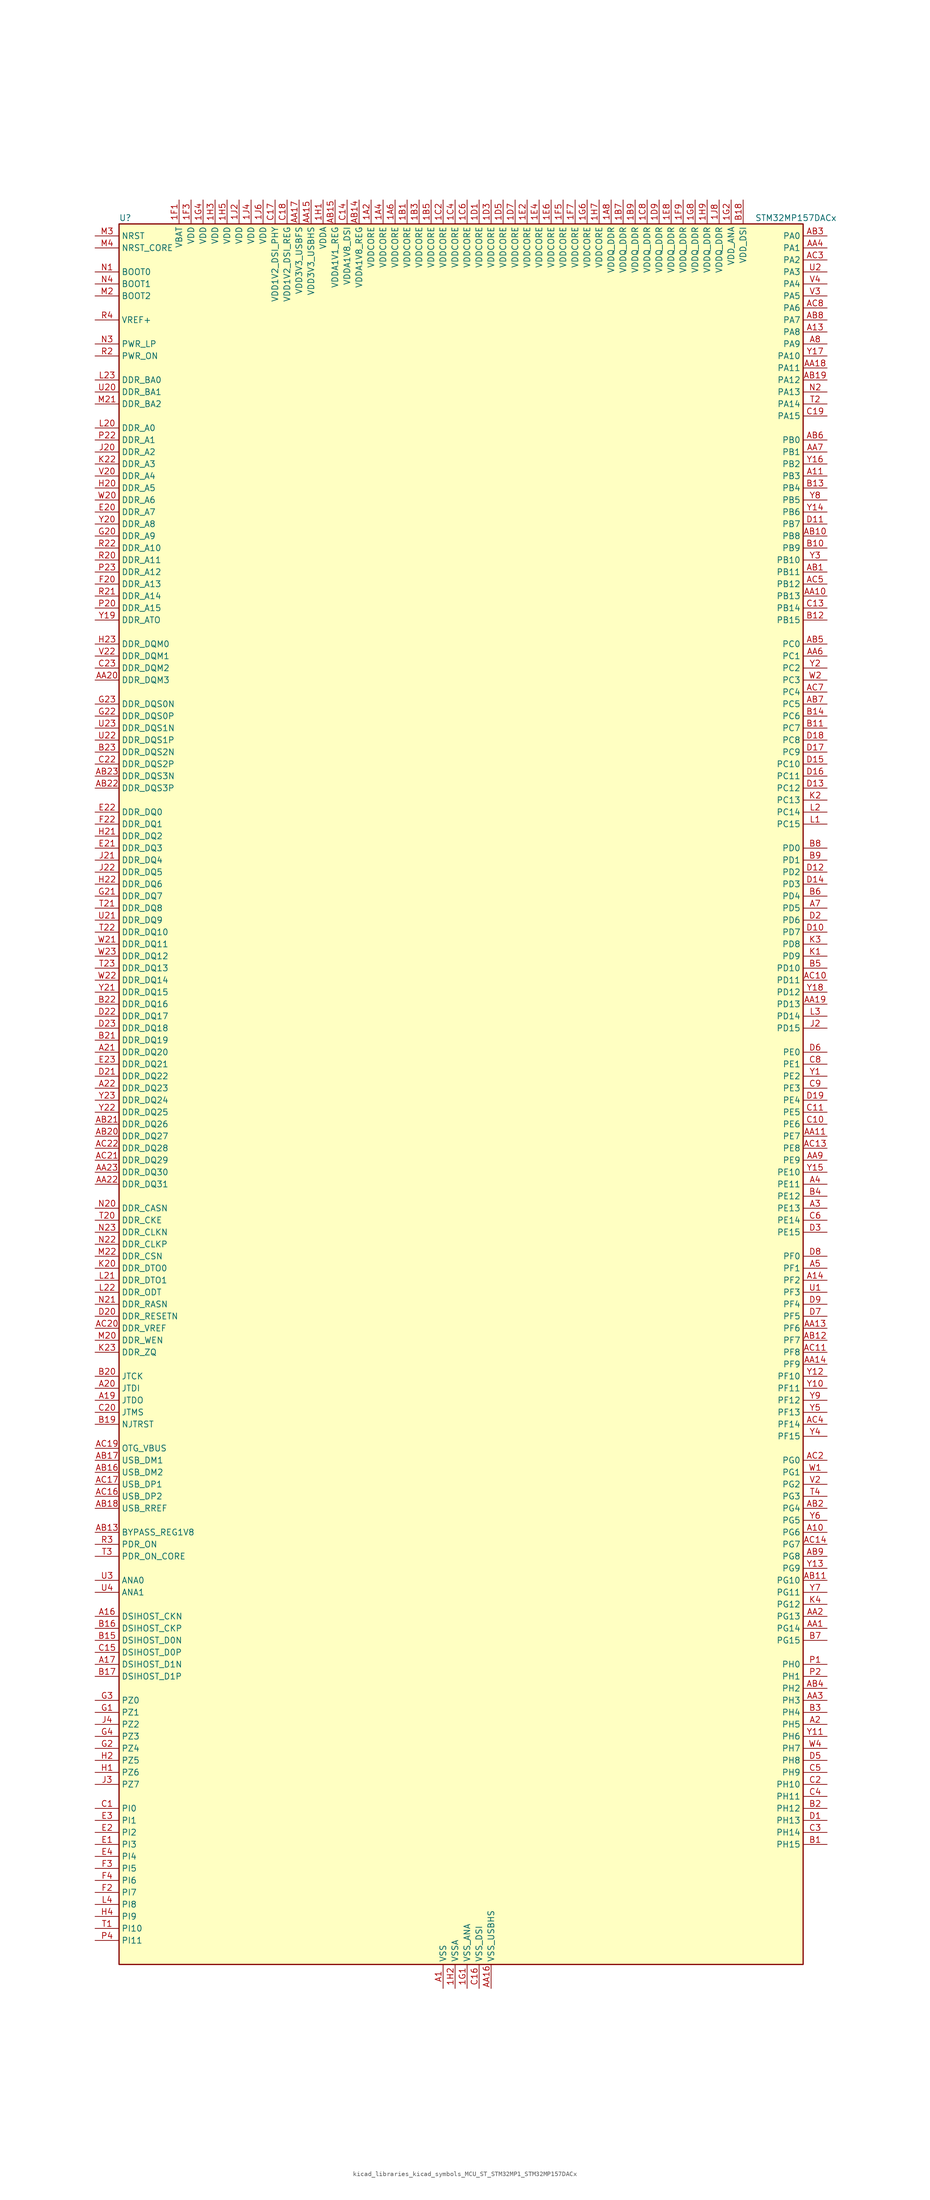
<source format=kicad_sym>
(kicad_symbol_lib
  (version 20220914)
  (generator kicad_symbol_editor)
  (symbol "kicad_libraries_kicad_symbols_MCU_ST_STM32MP1_STM32MP157DACx"
    (property "Reference" "U"
      (at -71.12 186.69 0)
      (effects (font (size 1.27 1.27)) (justify left)))
    (property "Value" "STM32MP157DACx"
      (at 63.5 186.69 0)
      (effects (font (size 1.27 1.27)) (justify left)))
    (property "ki_locked" ""
      (at 0 0 0)
      (effects (font (size 1.27 1.27))))
    (symbol "kicad_libraries_kicad_symbols_MCU_ST_STM32MP1_STM32MP157DACx_0_1"
      (rectangle (start -71.12 -182.88) (end 73.66 185.42) (stroke (width 0.254) (type default)) (fill (type background))))
    (symbol "kicad_libraries_kicad_symbols_MCU_ST_STM32MP1_STM32MP157DACx_1_1"
      (pin power_in line (at -17.78 190.5 270) (length 5.08) (name "VDDCORE" (effects (font (size 1.27 1.27)))) (number "1A2" (effects (font (size 1.27 1.27)))))
      (pin passive line (at -2.54 -187.96 90) (length 5.08) hide (name "VSS" (effects (font (size 1.27 1.27)))) (number "1A3" (effects (font (size 1.27 1.27)))))
      (pin power_in line (at -15.24 190.5 270) (length 5.08) (name "VDDCORE" (effects (font (size 1.27 1.27)))) (number "1A4" (effects (font (size 1.27 1.27)))))
      (pin passive line (at -2.54 -187.96 90) (length 5.08) hide (name "VSS" (effects (font (size 1.27 1.27)))) (number "1A5" (effects (font (size 1.27 1.27)))))
      (pin power_in line (at -12.7 190.5 270) (length 5.08) (name "VDDCORE" (effects (font (size 1.27 1.27)))) (number "1A6" (effects (font (size 1.27 1.27)))))
      (pin passive line (at -2.54 -187.96 90) (length 5.08) hide (name "VSS" (effects (font (size 1.27 1.27)))) (number "1A7" (effects (font (size 1.27 1.27)))))
      (pin power_in line (at 33.02 190.5 270) (length 5.08) (name "VDDQ_DDR" (effects (font (size 1.27 1.27)))) (number "1A8" (effects (font (size 1.27 1.27)))))
      (pin power_in line (at -10.16 190.5 270) (length 5.08) (name "VDDCORE" (effects (font (size 1.27 1.27)))) (number "1B1" (effects (font (size 1.27 1.27)))))
      (pin passive line (at -2.54 -187.96 90) (length 5.08) hide (name "VSS" (effects (font (size 1.27 1.27)))) (number "1B2" (effects (font (size 1.27 1.27)))))
      (pin power_in line (at -7.62 190.5 270) (length 5.08) (name "VDDCORE" (effects (font (size 1.27 1.27)))) (number "1B3" (effects (font (size 1.27 1.27)))))
      (pin passive line (at -2.54 -187.96 90) (length 5.08) hide (name "VSS" (effects (font (size 1.27 1.27)))) (number "1B4" (effects (font (size 1.27 1.27)))))
      (pin power_in line (at -5.08 190.5 270) (length 5.08) (name "VDDCORE" (effects (font (size 1.27 1.27)))) (number "1B5" (effects (font (size 1.27 1.27)))))
      (pin passive line (at -2.54 -187.96 90) (length 5.08) hide (name "VSS" (effects (font (size 1.27 1.27)))) (number "1B6" (effects (font (size 1.27 1.27)))))
      (pin power_in line (at 35.56 190.5 270) (length 5.08) (name "VDDQ_DDR" (effects (font (size 1.27 1.27)))) (number "1B7" (effects (font (size 1.27 1.27)))))
      (pin passive line (at -2.54 -187.96 90) (length 5.08) hide (name "VSS" (effects (font (size 1.27 1.27)))) (number "1B8" (effects (font (size 1.27 1.27)))))
      (pin power_in line (at 38.1 190.5 270) (length 5.08) (name "VDDQ_DDR" (effects (font (size 1.27 1.27)))) (number "1B9" (effects (font (size 1.27 1.27)))))
      (pin passive line (at -2.54 -187.96 90) (length 5.08) hide (name "VSS" (effects (font (size 1.27 1.27)))) (number "1C1" (effects (font (size 1.27 1.27)))))
      (pin power_in line (at -2.54 190.5 270) (length 5.08) (name "VDDCORE" (effects (font (size 1.27 1.27)))) (number "1C2" (effects (font (size 1.27 1.27)))))
      (pin passive line (at -2.54 -187.96 90) (length 5.08) hide (name "VSS" (effects (font (size 1.27 1.27)))) (number "1C3" (effects (font (size 1.27 1.27)))))
      (pin power_in line (at 0 190.5 270) (length 5.08) (name "VDDCORE" (effects (font (size 1.27 1.27)))) (number "1C4" (effects (font (size 1.27 1.27)))))
      (pin passive line (at -2.54 -187.96 90) (length 5.08) hide (name "VSS" (effects (font (size 1.27 1.27)))) (number "1C5" (effects (font (size 1.27 1.27)))))
      (pin power_in line (at 2.54 190.5 270) (length 5.08) (name "VDDCORE" (effects (font (size 1.27 1.27)))) (number "1C6" (effects (font (size 1.27 1.27)))))
      (pin passive line (at -2.54 -187.96 90) (length 5.08) hide (name "VSS" (effects (font (size 1.27 1.27)))) (number "1C7" (effects (font (size 1.27 1.27)))))
      (pin power_in line (at 40.64 190.5 270) (length 5.08) (name "VDDQ_DDR" (effects (font (size 1.27 1.27)))) (number "1C8" (effects (font (size 1.27 1.27)))))
      (pin passive line (at -2.54 -187.96 90) (length 5.08) hide (name "VSS" (effects (font (size 1.27 1.27)))) (number "1C9" (effects (font (size 1.27 1.27)))))
      (pin power_in line (at 5.08 190.5 270) (length 5.08) (name "VDDCORE" (effects (font (size 1.27 1.27)))) (number "1D1" (effects (font (size 1.27 1.27)))))
      (pin passive line (at -2.54 -187.96 90) (length 5.08) hide (name "VSS" (effects (font (size 1.27 1.27)))) (number "1D2" (effects (font (size 1.27 1.27)))))
      (pin power_in line (at 7.62 190.5 270) (length 5.08) (name "VDDCORE" (effects (font (size 1.27 1.27)))) (number "1D3" (effects (font (size 1.27 1.27)))))
      (pin passive line (at -2.54 -187.96 90) (length 5.08) hide (name "VSS" (effects (font (size 1.27 1.27)))) (number "1D4" (effects (font (size 1.27 1.27)))))
      (pin power_in line (at 10.16 190.5 270) (length 5.08) (name "VDDCORE" (effects (font (size 1.27 1.27)))) (number "1D5" (effects (font (size 1.27 1.27)))))
      (pin passive line (at -2.54 -187.96 90) (length 5.08) hide (name "VSS" (effects (font (size 1.27 1.27)))) (number "1D6" (effects (font (size 1.27 1.27)))))
      (pin power_in line (at 12.7 190.5 270) (length 5.08) (name "VDDCORE" (effects (font (size 1.27 1.27)))) (number "1D7" (effects (font (size 1.27 1.27)))))
      (pin passive line (at -2.54 -187.96 90) (length 5.08) hide (name "VSS" (effects (font (size 1.27 1.27)))) (number "1D8" (effects (font (size 1.27 1.27)))))
      (pin power_in line (at 43.18 190.5 270) (length 5.08) (name "VDDQ_DDR" (effects (font (size 1.27 1.27)))) (number "1D9" (effects (font (size 1.27 1.27)))))
      (pin passive line (at -2.54 -187.96 90) (length 5.08) hide (name "VSS" (effects (font (size 1.27 1.27)))) (number "1E1" (effects (font (size 1.27 1.27)))))
      (pin power_in line (at 15.24 190.5 270) (length 5.08) (name "VDDCORE" (effects (font (size 1.27 1.27)))) (number "1E2" (effects (font (size 1.27 1.27)))))
      (pin passive line (at -2.54 -187.96 90) (length 5.08) hide (name "VSS" (effects (font (size 1.27 1.27)))) (number "1E3" (effects (font (size 1.27 1.27)))))
      (pin power_in line (at 17.78 190.5 270) (length 5.08) (name "VDDCORE" (effects (font (size 1.27 1.27)))) (number "1E4" (effects (font (size 1.27 1.27)))))
      (pin passive line (at -2.54 -187.96 90) (length 5.08) hide (name "VSS" (effects (font (size 1.27 1.27)))) (number "1E5" (effects (font (size 1.27 1.27)))))
      (pin power_in line (at 20.32 190.5 270) (length 5.08) (name "VDDCORE" (effects (font (size 1.27 1.27)))) (number "1E6" (effects (font (size 1.27 1.27)))))
      (pin passive line (at -2.54 -187.96 90) (length 5.08) hide (name "VSS" (effects (font (size 1.27 1.27)))) (number "1E7" (effects (font (size 1.27 1.27)))))
      (pin power_in line (at 45.72 190.5 270) (length 5.08) (name "VDDQ_DDR" (effects (font (size 1.27 1.27)))) (number "1E8" (effects (font (size 1.27 1.27)))))
      (pin passive line (at -2.54 -187.96 90) (length 5.08) hide (name "VSS" (effects (font (size 1.27 1.27)))) (number "1E9" (effects (font (size 1.27 1.27)))))
      (pin power_in line (at -58.42 190.5 270) (length 5.08) (name "VBAT" (effects (font (size 1.27 1.27)))) (number "1F1" (effects (font (size 1.27 1.27)))))
      (pin passive line (at -2.54 -187.96 90) (length 5.08) hide (name "VSS" (effects (font (size 1.27 1.27)))) (number "1F2" (effects (font (size 1.27 1.27)))))
      (pin power_in line (at -55.88 190.5 270) (length 5.08) (name "VDD" (effects (font (size 1.27 1.27)))) (number "1F3" (effects (font (size 1.27 1.27)))))
      (pin passive line (at -2.54 -187.96 90) (length 5.08) hide (name "VSS" (effects (font (size 1.27 1.27)))) (number "1F4" (effects (font (size 1.27 1.27)))))
      (pin power_in line (at 22.86 190.5 270) (length 5.08) (name "VDDCORE" (effects (font (size 1.27 1.27)))) (number "1F5" (effects (font (size 1.27 1.27)))))
      (pin passive line (at -2.54 -187.96 90) (length 5.08) hide (name "VSS" (effects (font (size 1.27 1.27)))) (number "1F6" (effects (font (size 1.27 1.27)))))
      (pin power_in line (at 25.4 190.5 270) (length 5.08) (name "VDDCORE" (effects (font (size 1.27 1.27)))) (number "1F7" (effects (font (size 1.27 1.27)))))
      (pin passive line (at -2.54 -187.96 90) (length 5.08) hide (name "VSS" (effects (font (size 1.27 1.27)))) (number "1F8" (effects (font (size 1.27 1.27)))))
      (pin power_in line (at 48.26 190.5 270) (length 5.08) (name "VDDQ_DDR" (effects (font (size 1.27 1.27)))) (number "1F9" (effects (font (size 1.27 1.27)))))
      (pin power_in line (at 2.54 -187.96 90) (length 5.08) (name "VSS_ANA" (effects (font (size 1.27 1.27)))) (number "1G1" (effects (font (size 1.27 1.27)))))
      (pin power_in line (at 58.42 190.5 270) (length 5.08) (name "VDD_ANA" (effects (font (size 1.27 1.27)))) (number "1G2" (effects (font (size 1.27 1.27)))))
      (pin passive line (at -2.54 -187.96 90) (length 5.08) hide (name "VSS" (effects (font (size 1.27 1.27)))) (number "1G3" (effects (font (size 1.27 1.27)))))
      (pin power_in line (at -53.34 190.5 270) (length 5.08) (name "VDD" (effects (font (size 1.27 1.27)))) (number "1G4" (effects (font (size 1.27 1.27)))))
      (pin passive line (at -2.54 -187.96 90) (length 5.08) hide (name "VSS" (effects (font (size 1.27 1.27)))) (number "1G5" (effects (font (size 1.27 1.27)))))
      (pin power_in line (at 27.94 190.5 270) (length 5.08) (name "VDDCORE" (effects (font (size 1.27 1.27)))) (number "1G6" (effects (font (size 1.27 1.27)))))
      (pin passive line (at -2.54 -187.96 90) (length 5.08) hide (name "VSS" (effects (font (size 1.27 1.27)))) (number "1G7" (effects (font (size 1.27 1.27)))))
      (pin power_in line (at 50.8 190.5 270) (length 5.08) (name "VDDQ_DDR" (effects (font (size 1.27 1.27)))) (number "1G8" (effects (font (size 1.27 1.27)))))
      (pin passive line (at -2.54 -187.96 90) (length 5.08) hide (name "VSS" (effects (font (size 1.27 1.27)))) (number "1G9" (effects (font (size 1.27 1.27)))))
      (pin power_in line (at -27.94 190.5 270) (length 5.08) (name "VDDA" (effects (font (size 1.27 1.27)))) (number "1H1" (effects (font (size 1.27 1.27)))))
      (pin power_in line (at 0 -187.96 90) (length 5.08) (name "VSSA" (effects (font (size 1.27 1.27)))) (number "1H2" (effects (font (size 1.27 1.27)))))
      (pin power_in line (at -50.8 190.5 270) (length 5.08) (name "VDD" (effects (font (size 1.27 1.27)))) (number "1H3" (effects (font (size 1.27 1.27)))))
      (pin passive line (at -2.54 -187.96 90) (length 5.08) hide (name "VSS" (effects (font (size 1.27 1.27)))) (number "1H4" (effects (font (size 1.27 1.27)))))
      (pin power_in line (at -48.26 190.5 270) (length 5.08) (name "VDD" (effects (font (size 1.27 1.27)))) (number "1H5" (effects (font (size 1.27 1.27)))))
      (pin passive line (at -2.54 -187.96 90) (length 5.08) hide (name "VSS" (effects (font (size 1.27 1.27)))) (number "1H6" (effects (font (size 1.27 1.27)))))
      (pin power_in line (at 30.48 190.5 270) (length 5.08) (name "VDDCORE" (effects (font (size 1.27 1.27)))) (number "1H7" (effects (font (size 1.27 1.27)))))
      (pin passive line (at -2.54 -187.96 90) (length 5.08) hide (name "VSS" (effects (font (size 1.27 1.27)))) (number "1H8" (effects (font (size 1.27 1.27)))))
      (pin power_in line (at 53.34 190.5 270) (length 5.08) (name "VDDQ_DDR" (effects (font (size 1.27 1.27)))) (number "1H9" (effects (font (size 1.27 1.27)))))
      (pin power_in line (at -45.72 190.5 270) (length 5.08) (name "VDD" (effects (font (size 1.27 1.27)))) (number "1J2" (effects (font (size 1.27 1.27)))))
      (pin passive line (at -2.54 -187.96 90) (length 5.08) hide (name "VSS" (effects (font (size 1.27 1.27)))) (number "1J3" (effects (font (size 1.27 1.27)))))
      (pin power_in line (at -43.18 190.5 270) (length 5.08) (name "VDD" (effects (font (size 1.27 1.27)))) (number "1J4" (effects (font (size 1.27 1.27)))))
      (pin passive line (at -2.54 -187.96 90) (length 5.08) hide (name "VSS" (effects (font (size 1.27 1.27)))) (number "1J5" (effects (font (size 1.27 1.27)))))
      (pin power_in line (at -40.64 190.5 270) (length 5.08) (name "VDD" (effects (font (size 1.27 1.27)))) (number "1J6" (effects (font (size 1.27 1.27)))))
      (pin passive line (at -2.54 -187.96 90) (length 5.08) hide (name "VSS" (effects (font (size 1.27 1.27)))) (number "1J7" (effects (font (size 1.27 1.27)))))
      (pin power_in line (at 55.88 190.5 270) (length 5.08) (name "VDDQ_DDR" (effects (font (size 1.27 1.27)))) (number "1J8" (effects (font (size 1.27 1.27)))))
      (pin power_in line (at -2.54 -187.96 90) (length 5.08) (name "VSS" (effects (font (size 1.27 1.27)))) (number "A1" (effects (font (size 1.27 1.27)))))
      (pin bidirectional line (at 78.74 -91.44 180) (length 5.08) (name "PG6" (effects (font (size 1.27 1.27)))) (number "A10" (effects (font (size 1.27 1.27)))) (alternate "DCMI_D12" bidirectional line) (alternate "DEBUG_TRACED14" bidirectional line) (alternate "LTDC_R7" bidirectional line) (alternate "SDMMC2_CMD" bidirectional line) (alternate "TIM17_BKIN" bidirectional line))
      (pin bidirectional line (at 78.74 132.08 180) (length 5.08) (name "PB3" (effects (font (size 1.27 1.27)))) (number "A11" (effects (font (size 1.27 1.27)))) (alternate "DEBUG_TRACED9" bidirectional line) (alternate "I2S1_CK" bidirectional line) (alternate "I2S3_CK" bidirectional line) (alternate "SAI4_CK1" bidirectional line) (alternate "SAI4_MCLK_A" bidirectional line) (alternate "SDMMC2_D2" bidirectional line) (alternate "SPI1_SCK" bidirectional line) (alternate "SPI3_SCK" bidirectional line) (alternate "SPI6_SCK" bidirectional line) (alternate "TIM2_CH2" bidirectional line) (alternate "UART7_RX" bidirectional line))
      (pin bidirectional line (at 78.74 162.56 180) (length 5.08) (name "PA8" (effects (font (size 1.27 1.27)))) (number "A13" (effects (font (size 1.27 1.27)))) (alternate "I2C3_SCL" bidirectional line) (alternate "I2S3_SDO" bidirectional line) (alternate "LTDC_R6" bidirectional line) (alternate "RCC_MCO_1" bidirectional line) (alternate "SAI4_SD_B" bidirectional line) (alternate "SDMMC2_CKIN" bidirectional line) (alternate "SDMMC2_D4" bidirectional line) (alternate "SPI3_MOSI" bidirectional line) (alternate "TIM1_CH1" bidirectional line) (alternate "TIM8_BKIN2" bidirectional line) (alternate "UART7_RX" bidirectional line) (alternate "USART1_CK" bidirectional line) (alternate "USB_OTG_HS_SOF" bidirectional line))
      (pin bidirectional line (at 78.74 -38.1 180) (length 5.08) (name "PF2" (effects (font (size 1.27 1.27)))) (number "A14" (effects (font (size 1.27 1.27)))) (alternate "FMC_A2" bidirectional line) (alternate "I2C2_SMBA" bidirectional line) (alternate "SDMMC1_D0DIR" bidirectional line) (alternate "SDMMC2_D0DIR" bidirectional line) (alternate "SDMMC3_D0DIR" bidirectional line))
      (pin bidirectional line (at -76.2 -109.22 0) (length 5.08) (name "DSIHOST_CKN" (effects (font (size 1.27 1.27)))) (number "A16" (effects (font (size 1.27 1.27)))) (alternate "DSIHOST_CKN" bidirectional line))
      (pin bidirectional line (at -76.2 -119.38 0) (length 5.08) (name "DSIHOST_D1N" (effects (font (size 1.27 1.27)))) (number "A17" (effects (font (size 1.27 1.27)))) (alternate "DSIHOST_D1N" bidirectional line))
      (pin bidirectional line (at -76.2 -63.5 0) (length 5.08) (name "JTDO" (effects (font (size 1.27 1.27)))) (number "A19" (effects (font (size 1.27 1.27)))) (alternate "DEBUG_JTDO-SWO" bidirectional line))
      (pin bidirectional line (at 78.74 -132.08 180) (length 5.08) (name "PH5" (effects (font (size 1.27 1.27)))) (number "A2" (effects (font (size 1.27 1.27)))) (alternate "I2C2_SDA" bidirectional line) (alternate "SAI4_SD_B" bidirectional line) (alternate "SPI5_NSS" bidirectional line))
      (pin bidirectional line (at -76.2 -60.96 0) (length 5.08) (name "JTDI" (effects (font (size 1.27 1.27)))) (number "A20" (effects (font (size 1.27 1.27)))) (alternate "DEBUG_JTDI" bidirectional line))
      (pin bidirectional line (at -76.2 10.16 0) (length 5.08) (name "DDR_DQ20" (effects (font (size 1.27 1.27)))) (number "A21" (effects (font (size 1.27 1.27)))) (alternate "DDR_DQ20" bidirectional line))
      (pin bidirectional line (at -76.2 2.54 0) (length 5.08) (name "DDR_DQ23" (effects (font (size 1.27 1.27)))) (number "A22" (effects (font (size 1.27 1.27)))) (alternate "DDR_DQ23" bidirectional line))
      (pin passive line (at -2.54 -187.96 90) (length 5.08) hide (name "VSS" (effects (font (size 1.27 1.27)))) (number "A23" (effects (font (size 1.27 1.27)))))
      (pin bidirectional line (at 78.74 -22.86 180) (length 5.08) (name "PE13" (effects (font (size 1.27 1.27)))) (number "A3" (effects (font (size 1.27 1.27)))) (alternate "DCMI_D6" bidirectional line) (alternate "DFSDM1_CKIN5" bidirectional line) (alternate "FMC_D10" bidirectional line) (alternate "FMC_DA10" bidirectional line) (alternate "HDP_HDP2" bidirectional line) (alternate "LTDC_DE" bidirectional line) (alternate "SAI2_FS_B" bidirectional line) (alternate "SPI4_MISO" bidirectional line) (alternate "TIM1_CH3" bidirectional line))
      (pin bidirectional line (at 78.74 -17.78 180) (length 5.08) (name "PE11" (effects (font (size 1.27 1.27)))) (number "A4" (effects (font (size 1.27 1.27)))) (alternate "ADC1_EXTI11" bidirectional line) (alternate "ADC2_EXTI11" bidirectional line) (alternate "DCMI_D4" bidirectional line) (alternate "DFSDM1_CKIN4" bidirectional line) (alternate "FMC_D8" bidirectional line) (alternate "FMC_DA8" bidirectional line) (alternate "LTDC_G3" bidirectional line) (alternate "SAI2_SD_B" bidirectional line) (alternate "SPI4_NSS" bidirectional line) (alternate "TIM1_CH2" bidirectional line) (alternate "USART6_CK" bidirectional line))
      (pin bidirectional line (at 78.74 -35.56 180) (length 5.08) (name "PF1" (effects (font (size 1.27 1.27)))) (number "A5" (effects (font (size 1.27 1.27)))) (alternate "FMC_A1" bidirectional line) (alternate "I2C2_SCL" bidirectional line) (alternate "SDMMC3_CDIR" bidirectional line) (alternate "SDMMC3_CMD" bidirectional line))
      (pin bidirectional line (at 78.74 40.64 180) (length 5.08) (name "PD5" (effects (font (size 1.27 1.27)))) (number "A7" (effects (font (size 1.27 1.27)))) (alternate "FMC_NWE" bidirectional line) (alternate "SDMMC3_D2" bidirectional line) (alternate "USART2_TX" bidirectional line))
      (pin bidirectional line (at 78.74 160.02 180) (length 5.08) (name "PA9" (effects (font (size 1.27 1.27)))) (number "A8" (effects (font (size 1.27 1.27)))) (alternate "DAC1_EXTI9" bidirectional line) (alternate "DCMI_D0" bidirectional line) (alternate "I2C3_SMBA" bidirectional line) (alternate "I2S2_CK" bidirectional line) (alternate "LTDC_R5" bidirectional line) (alternate "SDMMC2_CDIR" bidirectional line) (alternate "SDMMC2_D5" bidirectional line) (alternate "SPI2_SCK" bidirectional line) (alternate "TIM1_CH2" bidirectional line) (alternate "USART1_TX" bidirectional line))
      (pin bidirectional line (at 78.74 -111.76 180) (length 5.08) (name "PG14" (effects (font (size 1.27 1.27)))) (number "AA1" (effects (font (size 1.27 1.27)))) (alternate "DEBUG_TRACED1" bidirectional line) (alternate "ETH1_TXD1" bidirectional line) (alternate "FMC_A25" bidirectional line) (alternate "LPTIM1_ETR" bidirectional line) (alternate "LTDC_B0" bidirectional line) (alternate "QUADSPI_BK2_IO3" bidirectional line) (alternate "SAI4_D1" bidirectional line) (alternate "SAI4_SD_A" bidirectional line) (alternate "SPI6_MOSI" bidirectional line) (alternate "USART6_TX" bidirectional line))
      (pin bidirectional line (at 78.74 106.68 180) (length 5.08) (name "PB13" (effects (font (size 1.27 1.27)))) (number "AA10" (effects (font (size 1.27 1.27)))) (alternate "DFSDM1_CKIN1" bidirectional line) (alternate "DFSDM1_CKOUT" bidirectional line) (alternate "ETH1_TXD1" bidirectional line) (alternate "FDCAN2_TX" bidirectional line) (alternate "I2S2_CK" bidirectional line) (alternate "LPTIM2_OUT" bidirectional line) (alternate "SPI2_SCK" bidirectional line) (alternate "TIM1_CH1N" bidirectional line) (alternate "UART5_TX" bidirectional line) (alternate "USART3_CTS" bidirectional line) (alternate "USART3_NSS" bidirectional line))
      (pin bidirectional line (at 78.74 -7.62 180) (length 5.08) (name "PE7" (effects (font (size 1.27 1.27)))) (number "AA11" (effects (font (size 1.27 1.27)))) (alternate "DFSDM1_DATIN2" bidirectional line) (alternate "FMC_D4" bidirectional line) (alternate "FMC_DA4" bidirectional line) (alternate "QUADSPI_BK2_IO0" bidirectional line) (alternate "TIM1_ETR" bidirectional line) (alternate "TIM3_ETR" bidirectional line) (alternate "UART7_RX" bidirectional line))
      (pin passive line (at -2.54 -187.96 90) (length 5.08) hide (name "VSS" (effects (font (size 1.27 1.27)))) (number "AA12" (effects (font (size 1.27 1.27)))))
      (pin bidirectional line (at 78.74 -48.26 180) (length 5.08) (name "PF6" (effects (font (size 1.27 1.27)))) (number "AA13" (effects (font (size 1.27 1.27)))) (alternate "QUADSPI_BK1_IO3" bidirectional line) (alternate "SAI1_SD_B" bidirectional line) (alternate "SAI4_SCK_B" bidirectional line) (alternate "SPI5_NSS" bidirectional line) (alternate "TIM16_CH1" bidirectional line) (alternate "UART7_RX" bidirectional line))
      (pin bidirectional line (at 78.74 -55.88 180) (length 5.08) (name "PF9" (effects (font (size 1.27 1.27)))) (number "AA14" (effects (font (size 1.27 1.27)))) (alternate "DAC1_EXTI9" bidirectional line) (alternate "DEBUG_TRACED13" bidirectional line) (alternate "QUADSPI_BK1_IO1" bidirectional line) (alternate "SAI1_FS_B" bidirectional line) (alternate "SPI5_MOSI" bidirectional line) (alternate "TIM14_CH1" bidirectional line) (alternate "TIM17_CH1N" bidirectional line) (alternate "UART7_CTS" bidirectional line))
      (pin power_in line (at -30.48 190.5 270) (length 5.08) (name "VDD3V3_USBHS" (effects (font (size 1.27 1.27)))) (number "AA15" (effects (font (size 1.27 1.27)))))
      (pin power_in line (at 7.62 -187.96 90) (length 5.08) (name "VSS_USBHS" (effects (font (size 1.27 1.27)))) (number "AA16" (effects (font (size 1.27 1.27)))))
      (pin power_in line (at -33.02 190.5 270) (length 5.08) (name "VDD3V3_USBFS" (effects (font (size 1.27 1.27)))) (number "AA17" (effects (font (size 1.27 1.27)))))
      (pin bidirectional line (at 78.74 154.94 180) (length 5.08) (name "PA11" (effects (font (size 1.27 1.27)))) (number "AA18" (effects (font (size 1.27 1.27)))) (alternate "ADC1_EXTI11" bidirectional line) (alternate "ADC2_EXTI11" bidirectional line) (alternate "FDCAN1_RX" bidirectional line) (alternate "I2C5_SCL" bidirectional line) (alternate "I2C6_SCL" bidirectional line) (alternate "I2S2_WS" bidirectional line) (alternate "LTDC_R4" bidirectional line) (alternate "SPI2_NSS" bidirectional line) (alternate "TIM1_CH4" bidirectional line) (alternate "UART4_RX" bidirectional line) (alternate "USART1_CTS" bidirectional line) (alternate "USART1_NSS" bidirectional line))
      (pin bidirectional line (at 78.74 20.32 180) (length 5.08) (name "PD13" (effects (font (size 1.27 1.27)))) (number "AA19" (effects (font (size 1.27 1.27)))) (alternate "DSIHOST_TE" bidirectional line) (alternate "FMC_A18" bidirectional line) (alternate "I2C1_SDA" bidirectional line) (alternate "I2C4_SDA" bidirectional line) (alternate "I2S3_MCK" bidirectional line) (alternate "LPTIM1_OUT" bidirectional line) (alternate "QUADSPI_BK1_IO3" bidirectional line) (alternate "SAI2_SCK_A" bidirectional line) (alternate "TIM4_CH2" bidirectional line))
      (pin bidirectional line (at 78.74 -109.22 180) (length 5.08) (name "PG13" (effects (font (size 1.27 1.27)))) (number "AA2" (effects (font (size 1.27 1.27)))) (alternate "DEBUG_TRACED0" bidirectional line) (alternate "ETH1_TXD0" bidirectional line) (alternate "FMC_A24" bidirectional line) (alternate "LPTIM1_OUT" bidirectional line) (alternate "LTDC_R0" bidirectional line) (alternate "SAI1_CK2" bidirectional line) (alternate "SAI1_SCK_A" bidirectional line) (alternate "SAI4_CK1" bidirectional line) (alternate "SAI4_MCLK_A" bidirectional line) (alternate "SPI6_SCK" bidirectional line) (alternate "USART6_CTS" bidirectional line) (alternate "USART6_NSS" bidirectional line))
      (pin bidirectional line (at -76.2 88.9 0) (length 5.08) (name "DDR_DQM3" (effects (font (size 1.27 1.27)))) (number "AA20" (effects (font (size 1.27 1.27)))) (alternate "DDR_DQM3" bidirectional line))
      (pin passive line (at -2.54 -187.96 90) (length 5.08) hide (name "VSS" (effects (font (size 1.27 1.27)))) (number "AA21" (effects (font (size 1.27 1.27)))))
      (pin bidirectional line (at -76.2 -17.78 0) (length 5.08) (name "DDR_DQ31" (effects (font (size 1.27 1.27)))) (number "AA22" (effects (font (size 1.27 1.27)))) (alternate "DDR_DQ31" bidirectional line))
      (pin bidirectional line (at -76.2 -15.24 0) (length 5.08) (name "DDR_DQ30" (effects (font (size 1.27 1.27)))) (number "AA23" (effects (font (size 1.27 1.27)))) (alternate "DDR_DQ30" bidirectional line))
      (pin bidirectional line (at 78.74 -127 180) (length 5.08) (name "PH3" (effects (font (size 1.27 1.27)))) (number "AA3" (effects (font (size 1.27 1.27)))) (alternate "DFSDM1_CKIN4" bidirectional line) (alternate "ETH1_COL" bidirectional line) (alternate "LTDC_R1" bidirectional line) (alternate "QUADSPI_BK2_IO1" bidirectional line) (alternate "SAI2_MCLK_B" bidirectional line))
      (pin bidirectional line (at 78.74 180.34 180) (length 5.08) (name "PA1" (effects (font (size 1.27 1.27)))) (number "AA4" (effects (font (size 1.27 1.27)))) (alternate "ADC1_INN16" bidirectional line) (alternate "ADC1_INP17" bidirectional line) (alternate "ETH1_CLK" bidirectional line) (alternate "ETH1_REF_CLK" bidirectional line) (alternate "ETH1_RX_CLK" bidirectional line) (alternate "LPTIM3_OUT" bidirectional line) (alternate "LTDC_R2" bidirectional line) (alternate "QUADSPI_BK1_IO3" bidirectional line) (alternate "SAI2_MCLK_B" bidirectional line) (alternate "TIM15_CH1N" bidirectional line) (alternate "TIM2_CH2" bidirectional line) (alternate "TIM5_CH2" bidirectional line) (alternate "UART4_RX" bidirectional line) (alternate "USART2_DE" bidirectional line) (alternate "USART2_RTS" bidirectional line))
      (pin passive line (at -2.54 -187.96 90) (length 5.08) hide (name "VSS" (effects (font (size 1.27 1.27)))) (number "AA5" (effects (font (size 1.27 1.27)))))
      (pin bidirectional line (at 78.74 93.98 180) (length 5.08) (name "PC1" (effects (font (size 1.27 1.27)))) (number "AA6" (effects (font (size 1.27 1.27)))) (alternate "ADC1_INN10" bidirectional line) (alternate "ADC1_INP11" bidirectional line) (alternate "ADC2_INN10" bidirectional line) (alternate "ADC2_INP11" bidirectional line) (alternate "DEBUG_TRACED0" bidirectional line) (alternate "DFSDM1_CKIN4" bidirectional line) (alternate "DFSDM1_DATIN0" bidirectional line) (alternate "ETH1_MDC" bidirectional line) (alternate "I2S2_SDO" bidirectional line) (alternate "PWR_WKUP6" bidirectional line) (alternate "SAI1_D1" bidirectional line) (alternate "SAI1_SD_A" bidirectional line) (alternate "SDMMC2_CK" bidirectional line) (alternate "SPI2_MOSI" bidirectional line) (alternate "TAMP_IN3" bidirectional line))
      (pin bidirectional line (at 78.74 137.16 180) (length 5.08) (name "PB1" (effects (font (size 1.27 1.27)))) (number "AA7" (effects (font (size 1.27 1.27)))) (alternate "ADC1_INP5" bidirectional line) (alternate "ADC2_INP5" bidirectional line) (alternate "DFSDM1_DATIN1" bidirectional line) (alternate "ETH1_RXD3" bidirectional line) (alternate "LTDC_G0" bidirectional line) (alternate "LTDC_R6" bidirectional line) (alternate "TIM1_CH3N" bidirectional line) (alternate "TIM3_CH4" bidirectional line) (alternate "TIM8_CH3N" bidirectional line))
      (pin passive line (at -2.54 -187.96 90) (length 5.08) hide (name "VSS" (effects (font (size 1.27 1.27)))) (number "AA8" (effects (font (size 1.27 1.27)))))
      (pin bidirectional line (at 78.74 -12.7 180) (length 5.08) (name "PE9" (effects (font (size 1.27 1.27)))) (number "AA9" (effects (font (size 1.27 1.27)))) (alternate "DAC1_EXTI9" bidirectional line) (alternate "DFSDM1_CKOUT" bidirectional line) (alternate "FMC_D6" bidirectional line) (alternate "FMC_DA6" bidirectional line) (alternate "QUADSPI_BK2_IO2" bidirectional line) (alternate "TIM1_CH1" bidirectional line) (alternate "UART7_DE" bidirectional line) (alternate "UART7_RTS" bidirectional line))
      (pin bidirectional line (at 78.74 111.76 180) (length 5.08) (name "PB11" (effects (font (size 1.27 1.27)))) (number "AB1" (effects (font (size 1.27 1.27)))) (alternate "ADC1_EXTI11" bidirectional line) (alternate "ADC2_EXTI11" bidirectional line) (alternate "DFSDM1_CKIN7" bidirectional line) (alternate "DSIHOST_TE" bidirectional line) (alternate "ETH1_TX_CTL" bidirectional line) (alternate "ETH1_TX_EN" bidirectional line) (alternate "I2C2_SDA" bidirectional line) (alternate "LPTIM2_ETR" bidirectional line) (alternate "LTDC_G5" bidirectional line) (alternate "TIM2_CH4" bidirectional line) (alternate "USART3_RX" bidirectional line))
      (pin bidirectional line (at 78.74 119.38 180) (length 5.08) (name "PB8" (effects (font (size 1.27 1.27)))) (number "AB10" (effects (font (size 1.27 1.27)))) (alternate "DCMI_D6" bidirectional line) (alternate "DFSDM1_CKIN7" bidirectional line) (alternate "ETH1_TXD3" bidirectional line) (alternate "FDCAN1_RX" bidirectional line) (alternate "HDP_HDP6" bidirectional line) (alternate "I2C1_SCL" bidirectional line) (alternate "I2C4_SCL" bidirectional line) (alternate "LTDC_B6" bidirectional line) (alternate "SDMMC1_CKIN" bidirectional line) (alternate "SDMMC1_D4" bidirectional line) (alternate "SDMMC2_CKIN" bidirectional line) (alternate "SDMMC2_D4" bidirectional line) (alternate "TIM16_CH1" bidirectional line) (alternate "TIM4_CH3" bidirectional line) (alternate "UART4_RX" bidirectional line))
      (pin bidirectional line (at 78.74 -101.6 180) (length 5.08) (name "PG10" (effects (font (size 1.27 1.27)))) (number "AB11" (effects (font (size 1.27 1.27)))) (alternate "DCMI_D2" bidirectional line) (alternate "DEBUG_TRACED10" bidirectional line) (alternate "FMC_NE3" bidirectional line) (alternate "LTDC_B2" bidirectional line) (alternate "LTDC_G3" bidirectional line) (alternate "QUADSPI_BK2_IO2" bidirectional line) (alternate "SAI2_SD_B" bidirectional line) (alternate "UART8_CTS" bidirectional line))
      (pin bidirectional line (at 78.74 -50.8 180) (length 5.08) (name "PF7" (effects (font (size 1.27 1.27)))) (number "AB12" (effects (font (size 1.27 1.27)))) (alternate "QUADSPI_BK1_IO2" bidirectional line) (alternate "SAI1_MCLK_B" bidirectional line) (alternate "SPI5_SCK" bidirectional line) (alternate "TIM17_CH1" bidirectional line) (alternate "UART7_TX" bidirectional line))
      (pin bidirectional line (at -76.2 -91.44 0) (length 5.08) (name "BYPASS_REG1V8" (effects (font (size 1.27 1.27)))) (number "AB13" (effects (font (size 1.27 1.27)))))
      (pin power_in line (at -20.32 190.5 270) (length 5.08) (name "VDDA1V8_REG" (effects (font (size 1.27 1.27)))) (number "AB14" (effects (font (size 1.27 1.27)))))
      (pin power_in line (at -25.4 190.5 270) (length 5.08) (name "VDDA1V1_REG" (effects (font (size 1.27 1.27)))) (number "AB15" (effects (font (size 1.27 1.27)))))
      (pin bidirectional line (at -76.2 -78.74 0) (length 5.08) (name "USB_DM2" (effects (font (size 1.27 1.27)))) (number "AB16" (effects (font (size 1.27 1.27)))) (alternate "USBH_HS2_DM" bidirectional line) (alternate "USB_OTG_HS_DM" bidirectional line))
      (pin bidirectional line (at -76.2 -76.2 0) (length 5.08) (name "USB_DM1" (effects (font (size 1.27 1.27)))) (number "AB17" (effects (font (size 1.27 1.27)))) (alternate "USBH_HS1_DM" bidirectional line))
      (pin bidirectional line (at -76.2 -86.36 0) (length 5.08) (name "USB_RREF" (effects (font (size 1.27 1.27)))) (number "AB18" (effects (font (size 1.27 1.27)))))
      (pin bidirectional line (at 78.74 152.4 180) (length 5.08) (name "PA12" (effects (font (size 1.27 1.27)))) (number "AB19" (effects (font (size 1.27 1.27)))) (alternate "FDCAN1_TX" bidirectional line) (alternate "I2C5_SDA" bidirectional line) (alternate "I2C6_SDA" bidirectional line) (alternate "LTDC_R5" bidirectional line) (alternate "SAI2_FS_B" bidirectional line) (alternate "TIM1_ETR" bidirectional line) (alternate "UART4_TX" bidirectional line) (alternate "USART1_DE" bidirectional line) (alternate "USART1_RTS" bidirectional line))
      (pin bidirectional line (at 78.74 -86.36 180) (length 5.08) (name "PG4" (effects (font (size 1.27 1.27)))) (number "AB2" (effects (font (size 1.27 1.27)))) (alternate "ETH1_GTX_CLK" bidirectional line) (alternate "FMC_A14" bidirectional line) (alternate "TIM1_BKIN2" bidirectional line))
      (pin bidirectional line (at -76.2 -7.62 0) (length 5.08) (name "DDR_DQ27" (effects (font (size 1.27 1.27)))) (number "AB20" (effects (font (size 1.27 1.27)))) (alternate "DDR_DQ27" bidirectional line))
      (pin bidirectional line (at -76.2 -5.08 0) (length 5.08) (name "DDR_DQ26" (effects (font (size 1.27 1.27)))) (number "AB21" (effects (font (size 1.27 1.27)))) (alternate "DDR_DQ26" bidirectional line))
      (pin bidirectional line (at -76.2 66.04 0) (length 5.08) (name "DDR_DQS3P" (effects (font (size 1.27 1.27)))) (number "AB22" (effects (font (size 1.27 1.27)))) (alternate "DDR_DQS3P" bidirectional line))
      (pin bidirectional line (at -76.2 68.58 0) (length 5.08) (name "DDR_DQS3N" (effects (font (size 1.27 1.27)))) (number "AB23" (effects (font (size 1.27 1.27)))) (alternate "DDR_DQS3N" bidirectional line))
      (pin bidirectional line (at 78.74 182.88 180) (length 5.08) (name "PA0" (effects (font (size 1.27 1.27)))) (number "AB3" (effects (font (size 1.27 1.27)))) (alternate "ADC1_INP16" bidirectional line) (alternate "ETH1_CRS" bidirectional line) (alternate "PWR_WKUP1" bidirectional line) (alternate "SAI2_SD_B" bidirectional line) (alternate "SDMMC2_CMD" bidirectional line) (alternate "TIM15_BKIN" bidirectional line) (alternate "TIM2_CH1" bidirectional line) (alternate "TIM2_ETR" bidirectional line) (alternate "TIM5_CH1" bidirectional line) (alternate "TIM8_ETR" bidirectional line) (alternate "UART4_TX" bidirectional line) (alternate "USART2_CTS" bidirectional line) (alternate "USART2_NSS" bidirectional line))
      (pin bidirectional line (at 78.74 -124.46 180) (length 5.08) (name "PH2" (effects (font (size 1.27 1.27)))) (number "AB4" (effects (font (size 1.27 1.27)))) (alternate "ETH1_CRS" bidirectional line) (alternate "LPTIM1_IN2" bidirectional line) (alternate "LTDC_R0" bidirectional line) (alternate "QUADSPI_BK2_IO0" bidirectional line) (alternate "SAI2_SCK_B" bidirectional line))
      (pin bidirectional line (at 78.74 96.52 180) (length 5.08) (name "PC0" (effects (font (size 1.27 1.27)))) (number "AB5" (effects (font (size 1.27 1.27)))) (alternate "ADC1_INP10" bidirectional line) (alternate "ADC2_INP10" bidirectional line) (alternate "DFSDM1_CKIN0" bidirectional line) (alternate "DFSDM1_DATIN4" bidirectional line) (alternate "LPTIM2_IN2" bidirectional line) (alternate "LTDC_R5" bidirectional line) (alternate "QUADSPI_BK2_NCS" bidirectional line) (alternate "SAI2_FS_B" bidirectional line))
      (pin bidirectional line (at 78.74 139.7 180) (length 5.08) (name "PB0" (effects (font (size 1.27 1.27)))) (number "AB6" (effects (font (size 1.27 1.27)))) (alternate "ADC1_INN5" bidirectional line) (alternate "ADC1_INP9" bidirectional line) (alternate "ADC2_INN5" bidirectional line) (alternate "ADC2_INP9" bidirectional line) (alternate "DFSDM1_CKOUT" bidirectional line) (alternate "ETH1_RXD2" bidirectional line) (alternate "LTDC_G1" bidirectional line) (alternate "LTDC_R3" bidirectional line) (alternate "TIM1_CH2N" bidirectional line) (alternate "TIM3_CH3" bidirectional line) (alternate "TIM8_CH2N" bidirectional line) (alternate "UART4_CTS" bidirectional line))
      (pin bidirectional line (at 78.74 83.82 180) (length 5.08) (name "PC5" (effects (font (size 1.27 1.27)))) (number "AB7" (effects (font (size 1.27 1.27)))) (alternate "ADC1_INN4" bidirectional line) (alternate "ADC1_INP8" bidirectional line) (alternate "ADC2_INN4" bidirectional line) (alternate "ADC2_INP8" bidirectional line) (alternate "DFSDM1_DATIN2" bidirectional line) (alternate "ETH1_RXD1" bidirectional line) (alternate "SAI1_D3" bidirectional line) (alternate "SAI1_D4" bidirectional line) (alternate "SAI4_D3" bidirectional line) (alternate "SAI4_D4" bidirectional line) (alternate "SPDIFRX_IN3" bidirectional line))
      (pin bidirectional line (at 78.74 165.1 180) (length 5.08) (name "PA7" (effects (font (size 1.27 1.27)))) (number "AB8" (effects (font (size 1.27 1.27)))) (alternate "ADC1_INN3" bidirectional line) (alternate "ADC1_INP7" bidirectional line) (alternate "ADC2_INN3" bidirectional line) (alternate "ADC2_INP7" bidirectional line) (alternate "ETH1_CRS_DV" bidirectional line) (alternate "ETH1_RX_CTL" bidirectional line) (alternate "ETH1_RX_DV" bidirectional line) (alternate "I2S1_SDO" bidirectional line) (alternate "QUADSPI_CLK" bidirectional line) (alternate "SAI4_D1" bidirectional line) (alternate "SAI4_SD_A" bidirectional line) (alternate "SPI1_MOSI" bidirectional line) (alternate "SPI6_MOSI" bidirectional line) (alternate "TIM14_CH1" bidirectional line) (alternate "TIM1_CH1N" bidirectional line) (alternate "TIM3_CH2" bidirectional line) (alternate "TIM8_CH1N" bidirectional line))
      (pin bidirectional line (at 78.74 -96.52 180) (length 5.08) (name "PG8" (effects (font (size 1.27 1.27)))) (number "AB9" (effects (font (size 1.27 1.27)))) (alternate "DEBUG_TRACED15" bidirectional line) (alternate "ETH1_CLK" bidirectional line) (alternate "ETH1_PPS_OUT" bidirectional line) (alternate "LTDC_G7" bidirectional line) (alternate "SAI4_D2" bidirectional line) (alternate "SAI4_FS_A" bidirectional line) (alternate "SPDIFRX_IN2" bidirectional line) (alternate "SPI6_NSS" bidirectional line) (alternate "TIM2_CH1" bidirectional line) (alternate "TIM2_ETR" bidirectional line) (alternate "TIM8_ETR" bidirectional line) (alternate "USART3_DE" bidirectional line) (alternate "USART3_RTS" bidirectional line) (alternate "USART6_DE" bidirectional line) (alternate "USART6_RTS" bidirectional line))
      (pin passive line (at -2.54 -187.96 90) (length 5.08) hide (name "VSS" (effects (font (size 1.27 1.27)))) (number "AC1" (effects (font (size 1.27 1.27)))))
      (pin bidirectional line (at 78.74 25.4 180) (length 5.08) (name "PD11" (effects (font (size 1.27 1.27)))) (number "AC10" (effects (font (size 1.27 1.27)))) (alternate "ADC1_EXTI11" bidirectional line) (alternate "ADC2_EXTI11" bidirectional line) (alternate "FMC_A16" bidirectional line) (alternate "FMC_CLE" bidirectional line) (alternate "I2C1_SMBA" bidirectional line) (alternate "I2C4_SMBA" bidirectional line) (alternate "LPTIM2_IN2" bidirectional line) (alternate "QUADSPI_BK1_IO0" bidirectional line) (alternate "SAI2_SD_A" bidirectional line) (alternate "USART3_CTS" bidirectional line) (alternate "USART3_NSS" bidirectional line))
      (pin bidirectional line (at 78.74 -53.34 180) (length 5.08) (name "PF8" (effects (font (size 1.27 1.27)))) (number "AC11" (effects (font (size 1.27 1.27)))) (alternate "DEBUG_TRACED12" bidirectional line) (alternate "QUADSPI_BK1_IO0" bidirectional line) (alternate "SAI1_SCK_B" bidirectional line) (alternate "SPI5_MISO" bidirectional line) (alternate "TIM13_CH1" bidirectional line) (alternate "TIM16_CH1N" bidirectional line) (alternate "UART7_DE" bidirectional line) (alternate "UART7_RTS" bidirectional line))
      (pin bidirectional line (at 78.74 -10.16 180) (length 5.08) (name "PE8" (effects (font (size 1.27 1.27)))) (number "AC13" (effects (font (size 1.27 1.27)))) (alternate "DFSDM1_CKIN2" bidirectional line) (alternate "FMC_D5" bidirectional line) (alternate "FMC_DA5" bidirectional line) (alternate "QUADSPI_BK2_IO1" bidirectional line) (alternate "TIM1_CH1N" bidirectional line) (alternate "UART7_TX" bidirectional line))
      (pin bidirectional line (at 78.74 -93.98 180) (length 5.08) (name "PG7" (effects (font (size 1.27 1.27)))) (number "AC14" (effects (font (size 1.27 1.27)))) (alternate "DCMI_D13" bidirectional line) (alternate "DEBUG_TRACED5" bidirectional line) (alternate "LTDC_CLK" bidirectional line) (alternate "QUADSPI_BK2_IO3" bidirectional line) (alternate "QUADSPI_CLK" bidirectional line) (alternate "SAI1_MCLK_A" bidirectional line) (alternate "UART8_DE" bidirectional line) (alternate "UART8_RTS" bidirectional line) (alternate "USART6_CK" bidirectional line))
      (pin bidirectional line (at -76.2 -83.82 0) (length 5.08) (name "USB_DP2" (effects (font (size 1.27 1.27)))) (number "AC16" (effects (font (size 1.27 1.27)))) (alternate "USBH_HS2_DP" bidirectional line) (alternate "USB_OTG_HS_DP" bidirectional line))
      (pin bidirectional line (at -76.2 -81.28 0) (length 5.08) (name "USB_DP1" (effects (font (size 1.27 1.27)))) (number "AC17" (effects (font (size 1.27 1.27)))) (alternate "USBH_HS1_DP" bidirectional line))
      (pin bidirectional line (at -76.2 -73.66 0) (length 5.08) (name "OTG_VBUS" (effects (font (size 1.27 1.27)))) (number "AC19" (effects (font (size 1.27 1.27)))) (alternate "USB_OTG_HS_VBUS" bidirectional line))
      (pin bidirectional line (at 78.74 -76.2 180) (length 5.08) (name "PG0" (effects (font (size 1.27 1.27)))) (number "AC2" (effects (font (size 1.27 1.27)))) (alternate "DEBUG_TRACED0" bidirectional line) (alternate "DFSDM1_DATIN0" bidirectional line) (alternate "ETH1_TXD4" bidirectional line) (alternate "FMC_A10" bidirectional line))
      (pin bidirectional line (at -76.2 -48.26 0) (length 5.08) (name "DDR_VREF" (effects (font (size 1.27 1.27)))) (number "AC20" (effects (font (size 1.27 1.27)))) (alternate "DDR_VREF" bidirectional line))
      (pin bidirectional line (at -76.2 -12.7 0) (length 5.08) (name "DDR_DQ29" (effects (font (size 1.27 1.27)))) (number "AC21" (effects (font (size 1.27 1.27)))) (alternate "DDR_DQ29" bidirectional line))
      (pin bidirectional line (at -76.2 -10.16 0) (length 5.08) (name "DDR_DQ28" (effects (font (size 1.27 1.27)))) (number "AC22" (effects (font (size 1.27 1.27)))) (alternate "DDR_DQ28" bidirectional line))
      (pin passive line (at -2.54 -187.96 90) (length 5.08) hide (name "VSS" (effects (font (size 1.27 1.27)))) (number "AC23" (effects (font (size 1.27 1.27)))))
      (pin bidirectional line (at 78.74 177.8 180) (length 5.08) (name "PA2" (effects (font (size 1.27 1.27)))) (number "AC3" (effects (font (size 1.27 1.27)))) (alternate "ADC1_INP14" bidirectional line) (alternate "ETH1_MDIO" bidirectional line) (alternate "LPTIM4_OUT" bidirectional line) (alternate "LTDC_R1" bidirectional line) (alternate "PWR_WKUP2" bidirectional line) (alternate "SAI2_SCK_B" bidirectional line) (alternate "SDMMC2_D0DIR" bidirectional line) (alternate "TIM15_CH1" bidirectional line) (alternate "TIM2_CH3" bidirectional line) (alternate "TIM5_CH3" bidirectional line) (alternate "USART2_TX" bidirectional line))
      (pin bidirectional line (at 78.74 -68.58 180) (length 5.08) (name "PF14" (effects (font (size 1.27 1.27)))) (number "AC4" (effects (font (size 1.27 1.27)))) (alternate "ADC2_INN2" bidirectional line) (alternate "ADC2_INP6" bidirectional line) (alternate "DEBUG_TRACED6" bidirectional line) (alternate "DFSDM1_CKIN6" bidirectional line) (alternate "ETH1_RXD6" bidirectional line) (alternate "FMC_A8" bidirectional line) (alternate "I2C1_SCL" bidirectional line) (alternate "I2C4_SCL" bidirectional line))
      (pin bidirectional line (at 78.74 109.22 180) (length 5.08) (name "PB12" (effects (font (size 1.27 1.27)))) (number "AC5" (effects (font (size 1.27 1.27)))) (alternate "DFSDM1_DATIN1" bidirectional line) (alternate "ETH1_TXD0" bidirectional line) (alternate "FDCAN2_RX" bidirectional line) (alternate "I2C2_SMBA" bidirectional line) (alternate "I2C6_SMBA" bidirectional line) (alternate "I2S2_WS" bidirectional line) (alternate "SPI2_NSS" bidirectional line) (alternate "TIM1_BKIN" bidirectional line) (alternate "UART5_RX" bidirectional line) (alternate "USART3_CK" bidirectional line) (alternate "USART3_RX" bidirectional line))
      (pin bidirectional line (at 78.74 86.36 180) (length 5.08) (name "PC4" (effects (font (size 1.27 1.27)))) (number "AC7" (effects (font (size 1.27 1.27)))) (alternate "ADC1_INP4" bidirectional line) (alternate "ADC2_INP4" bidirectional line) (alternate "DFSDM1_CKIN2" bidirectional line) (alternate "ETH1_RXD0" bidirectional line) (alternate "I2S1_MCK" bidirectional line) (alternate "SPDIFRX_IN2" bidirectional line))
      (pin bidirectional line (at 78.74 167.64 180) (length 5.08) (name "PA6" (effects (font (size 1.27 1.27)))) (number "AC8" (effects (font (size 1.27 1.27)))) (alternate "ADC1_INP3" bidirectional line) (alternate "ADC2_INP3" bidirectional line) (alternate "DCMI_PIXCLK" bidirectional line) (alternate "I2S1_SDI" bidirectional line) (alternate "LTDC_G2" bidirectional line) (alternate "SAI4_CK2" bidirectional line) (alternate "SAI4_SCK_A" bidirectional line) (alternate "SPI1_MISO" bidirectional line) (alternate "SPI6_MISO" bidirectional line) (alternate "TIM13_CH1" bidirectional line) (alternate "TIM1_BKIN" bidirectional line) (alternate "TIM3_CH1" bidirectional line) (alternate "TIM8_BKIN" bidirectional line))
      (pin bidirectional line (at 78.74 -157.48 180) (length 5.08) (name "PH15" (effects (font (size 1.27 1.27)))) (number "B1" (effects (font (size 1.27 1.27)))) (alternate "ADC1_EXTI15" bidirectional line) (alternate "ADC2_EXTI15" bidirectional line) (alternate "DCMI_D11" bidirectional line) (alternate "LTDC_G4" bidirectional line) (alternate "TIM8_CH3N" bidirectional line))
      (pin bidirectional line (at 78.74 116.84 180) (length 5.08) (name "PB9" (effects (font (size 1.27 1.27)))) (number "B10" (effects (font (size 1.27 1.27)))) (alternate "DAC1_EXTI9" bidirectional line) (alternate "DCMI_D7" bidirectional line) (alternate "DFSDM1_DATIN7" bidirectional line) (alternate "FDCAN1_TX" bidirectional line) (alternate "HDP_HDP7" bidirectional line) (alternate "I2C1_SDA" bidirectional line) (alternate "I2C4_SDA" bidirectional line) (alternate "I2S2_WS" bidirectional line) (alternate "LTDC_B7" bidirectional line) (alternate "SDMMC1_CDIR" bidirectional line) (alternate "SDMMC1_D5" bidirectional line) (alternate "SDMMC2_CDIR" bidirectional line) (alternate "SDMMC2_D5" bidirectional line) (alternate "SPI2_NSS" bidirectional line) (alternate "TIM17_CH1" bidirectional line) (alternate "TIM4_CH4" bidirectional line) (alternate "UART4_TX" bidirectional line))
      (pin bidirectional line (at 78.74 78.74 180) (length 5.08) (name "PC7" (effects (font (size 1.27 1.27)))) (number "B11" (effects (font (size 1.27 1.27)))) (alternate "DCMI_D1" bidirectional line) (alternate "DFSDM1_DATIN3" bidirectional line) (alternate "HDP_HDP4" bidirectional line) (alternate "I2S3_MCK" bidirectional line) (alternate "LTDC_G6" bidirectional line) (alternate "SDMMC1_D123DIR" bidirectional line) (alternate "SDMMC1_D7" bidirectional line) (alternate "SDMMC2_D123DIR" bidirectional line) (alternate "SDMMC2_D7" bidirectional line) (alternate "TIM3_CH2" bidirectional line) (alternate "TIM8_CH2" bidirectional line) (alternate "USART6_RX" bidirectional line))
      (pin bidirectional line (at 78.74 101.6 180) (length 5.08) (name "PB15" (effects (font (size 1.27 1.27)))) (number "B12" (effects (font (size 1.27 1.27)))) (alternate "ADC1_EXTI15" bidirectional line) (alternate "ADC2_EXTI15" bidirectional line) (alternate "DFSDM1_CKIN2" bidirectional line) (alternate "I2S2_SDO" bidirectional line) (alternate "RTC_REFIN" bidirectional line) (alternate "SDMMC2_D1" bidirectional line) (alternate "SPI2_MOSI" bidirectional line) (alternate "TIM12_CH2" bidirectional line) (alternate "TIM1_CH3N" bidirectional line) (alternate "TIM8_CH3N" bidirectional line) (alternate "USART1_RX" bidirectional line))
      (pin bidirectional line (at 78.74 129.54 180) (length 5.08) (name "PB4" (effects (font (size 1.27 1.27)))) (number "B13" (effects (font (size 1.27 1.27)))) (alternate "DEBUG_TRACED8" bidirectional line) (alternate "I2S1_SDI" bidirectional line) (alternate "I2S2_WS" bidirectional line) (alternate "I2S3_SDI" bidirectional line) (alternate "SAI4_CK2" bidirectional line) (alternate "SAI4_SCK_A" bidirectional line) (alternate "SDMMC2_D3" bidirectional line) (alternate "SPI1_MISO" bidirectional line) (alternate "SPI2_NSS" bidirectional line) (alternate "SPI3_MISO" bidirectional line) (alternate "SPI6_MISO" bidirectional line) (alternate "TIM16_BKIN" bidirectional line) (alternate "TIM3_CH1" bidirectional line) (alternate "UART7_TX" bidirectional line))
      (pin bidirectional line (at 78.74 81.28 180) (length 5.08) (name "PC6" (effects (font (size 1.27 1.27)))) (number "B14" (effects (font (size 1.27 1.27)))) (alternate "DCMI_D0" bidirectional line) (alternate "DFSDM1_CKIN3" bidirectional line) (alternate "DSIHOST_TE" bidirectional line) (alternate "HDP_HDP1" bidirectional line) (alternate "I2S2_MCK" bidirectional line) (alternate "LTDC_HSYNC" bidirectional line) (alternate "SDMMC1_D0DIR" bidirectional line) (alternate "SDMMC1_D6" bidirectional line) (alternate "SDMMC2_D0DIR" bidirectional line) (alternate "SDMMC2_D6" bidirectional line) (alternate "TIM3_CH1" bidirectional line) (alternate "TIM8_CH1" bidirectional line) (alternate "USART6_TX" bidirectional line))
      (pin bidirectional line (at -76.2 -114.3 0) (length 5.08) (name "DSIHOST_D0N" (effects (font (size 1.27 1.27)))) (number "B15" (effects (font (size 1.27 1.27)))) (alternate "DSIHOST_D0N" bidirectional line))
      (pin bidirectional line (at -76.2 -111.76 0) (length 5.08) (name "DSIHOST_CKP" (effects (font (size 1.27 1.27)))) (number "B16" (effects (font (size 1.27 1.27)))) (alternate "DSIHOST_CKP" bidirectional line))
      (pin bidirectional line (at -76.2 -121.92 0) (length 5.08) (name "DSIHOST_D1P" (effects (font (size 1.27 1.27)))) (number "B17" (effects (font (size 1.27 1.27)))) (alternate "DSIHOST_D1P" bidirectional line))
      (pin power_in line (at 60.96 190.5 270) (length 5.08) (name "VDD_DSI" (effects (font (size 1.27 1.27)))) (number "B18" (effects (font (size 1.27 1.27)))))
      (pin bidirectional line (at -76.2 -68.58 0) (length 5.08) (name "NJTRST" (effects (font (size 1.27 1.27)))) (number "B19" (effects (font (size 1.27 1.27)))) (alternate "DEBUG_JTRST" bidirectional line))
      (pin bidirectional line (at 78.74 -149.86 180) (length 5.08) (name "PH12" (effects (font (size 1.27 1.27)))) (number "B2" (effects (font (size 1.27 1.27)))) (alternate "DCMI_D3" bidirectional line) (alternate "HDP_HDP2" bidirectional line) (alternate "I2C1_SDA" bidirectional line) (alternate "I2C4_SDA" bidirectional line) (alternate "LTDC_R6" bidirectional line) (alternate "TIM5_CH3" bidirectional line))
      (pin bidirectional line (at -76.2 -58.42 0) (length 5.08) (name "JTCK" (effects (font (size 1.27 1.27)))) (number "B20" (effects (font (size 1.27 1.27)))) (alternate "DEBUG_JTCK-SWCLK" bidirectional line))
      (pin bidirectional line (at -76.2 12.7 0) (length 5.08) (name "DDR_DQ19" (effects (font (size 1.27 1.27)))) (number "B21" (effects (font (size 1.27 1.27)))) (alternate "DDR_DQ19" bidirectional line))
      (pin bidirectional line (at -76.2 20.32 0) (length 5.08) (name "DDR_DQ16" (effects (font (size 1.27 1.27)))) (number "B22" (effects (font (size 1.27 1.27)))) (alternate "DDR_DQ16" bidirectional line))
      (pin bidirectional line (at -76.2 73.66 0) (length 5.08) (name "DDR_DQS2N" (effects (font (size 1.27 1.27)))) (number "B23" (effects (font (size 1.27 1.27)))) (alternate "DDR_DQS2N" bidirectional line))
      (pin bidirectional line (at 78.74 -129.54 180) (length 5.08) (name "PH4" (effects (font (size 1.27 1.27)))) (number "B3" (effects (font (size 1.27 1.27)))) (alternate "I2C2_SCL" bidirectional line) (alternate "LTDC_G4" bidirectional line) (alternate "LTDC_G5" bidirectional line))
      (pin bidirectional line (at 78.74 -20.32 180) (length 5.08) (name "PE12" (effects (font (size 1.27 1.27)))) (number "B4" (effects (font (size 1.27 1.27)))) (alternate "DFSDM1_DATIN5" bidirectional line) (alternate "FMC_D9" bidirectional line) (alternate "FMC_DA9" bidirectional line) (alternate "LTDC_B4" bidirectional line) (alternate "SAI2_SCK_B" bidirectional line) (alternate "SDMMC1_D0DIR" bidirectional line) (alternate "SPI4_SCK" bidirectional line) (alternate "TIM1_CH3N" bidirectional line))
      (pin bidirectional line (at 78.74 27.94 180) (length 5.08) (name "PD10" (effects (font (size 1.27 1.27)))) (number "B5" (effects (font (size 1.27 1.27)))) (alternate "DFSDM1_CKOUT" bidirectional line) (alternate "FMC_D15" bidirectional line) (alternate "FMC_DA15" bidirectional line) (alternate "I2C5_SMBA" bidirectional line) (alternate "I2S3_SDI" bidirectional line) (alternate "LTDC_B3" bidirectional line) (alternate "RTC_REFIN" bidirectional line) (alternate "SAI3_FS_B" bidirectional line) (alternate "SPI3_MISO" bidirectional line) (alternate "TIM16_BKIN" bidirectional line) (alternate "USART3_CK" bidirectional line))
      (pin bidirectional line (at 78.74 43.18 180) (length 5.08) (name "PD4" (effects (font (size 1.27 1.27)))) (number "B6" (effects (font (size 1.27 1.27)))) (alternate "DFSDM1_CKIN0" bidirectional line) (alternate "FMC_NOE" bidirectional line) (alternate "SAI3_FS_A" bidirectional line) (alternate "SDMMC3_D1" bidirectional line) (alternate "USART2_DE" bidirectional line) (alternate "USART2_RTS" bidirectional line))
      (pin bidirectional line (at 78.74 -114.3 180) (length 5.08) (name "PG15" (effects (font (size 1.27 1.27)))) (number "B7" (effects (font (size 1.27 1.27)))) (alternate "ADC1_EXTI15" bidirectional line) (alternate "ADC2_EXTI15" bidirectional line) (alternate "DCMI_D13" bidirectional line) (alternate "DEBUG_TRACED7" bidirectional line) (alternate "I2C2_SDA" bidirectional line) (alternate "SAI1_D2" bidirectional line) (alternate "SAI1_FS_A" bidirectional line) (alternate "SDMMC3_CK" bidirectional line) (alternate "USART6_CTS" bidirectional line) (alternate "USART6_NSS" bidirectional line))
      (pin bidirectional line (at 78.74 53.34 180) (length 5.08) (name "PD0" (effects (font (size 1.27 1.27)))) (number "B8" (effects (font (size 1.27 1.27)))) (alternate "DFSDM1_CKIN6" bidirectional line) (alternate "DFSDM1_DATIN7" bidirectional line) (alternate "FDCAN1_RX" bidirectional line) (alternate "FMC_D2" bidirectional line) (alternate "FMC_DA2" bidirectional line) (alternate "I2C5_SDA" bidirectional line) (alternate "I2C6_SDA" bidirectional line) (alternate "SAI3_SCK_A" bidirectional line) (alternate "SDMMC3_CMD" bidirectional line) (alternate "UART4_RX" bidirectional line))
      (pin bidirectional line (at 78.74 50.8 180) (length 5.08) (name "PD1" (effects (font (size 1.27 1.27)))) (number "B9" (effects (font (size 1.27 1.27)))) (alternate "DFSDM1_CKIN7" bidirectional line) (alternate "DFSDM1_DATIN6" bidirectional line) (alternate "FDCAN1_TX" bidirectional line) (alternate "FMC_D3" bidirectional line) (alternate "FMC_DA3" bidirectional line) (alternate "I2C5_SCL" bidirectional line) (alternate "I2C6_SCL" bidirectional line) (alternate "SAI3_SD_A" bidirectional line) (alternate "SDMMC3_D0" bidirectional line) (alternate "UART4_TX" bidirectional line))
      (pin bidirectional line (at -76.2 -149.86 0) (length 5.08) (name "PI0" (effects (font (size 1.27 1.27)))) (number "C1" (effects (font (size 1.27 1.27)))) (alternate "DCMI_D13" bidirectional line) (alternate "I2S2_WS" bidirectional line) (alternate "LTDC_G5" bidirectional line) (alternate "SPI2_NSS" bidirectional line) (alternate "TIM5_CH4" bidirectional line))
      (pin bidirectional line (at 78.74 -5.08 180) (length 5.08) (name "PE6" (effects (font (size 1.27 1.27)))) (number "C10" (effects (font (size 1.27 1.27)))) (alternate "DCMI_D7" bidirectional line) (alternate "DEBUG_TRACED2" bidirectional line) (alternate "FMC_A22" bidirectional line) (alternate "LTDC_G1" bidirectional line) (alternate "SAI1_D1" bidirectional line) (alternate "SAI1_SD_A" bidirectional line) (alternate "SAI2_MCLK_B" bidirectional line) (alternate "SDMMC1_D2" bidirectional line) (alternate "SDMMC2_D0" bidirectional line) (alternate "SPI4_MOSI" bidirectional line) (alternate "TIM15_CH2" bidirectional line) (alternate "TIM1_BKIN2" bidirectional line))
      (pin bidirectional line (at 78.74 -2.54 180) (length 5.08) (name "PE5" (effects (font (size 1.27 1.27)))) (number "C11" (effects (font (size 1.27 1.27)))) (alternate "DCMI_D6" bidirectional line) (alternate "DEBUG_TRACED3" bidirectional line) (alternate "DFSDM1_CKIN3" bidirectional line) (alternate "FMC_A21" bidirectional line) (alternate "LTDC_G0" bidirectional line) (alternate "SAI1_CK2" bidirectional line) (alternate "SAI1_SCK_A" bidirectional line) (alternate "SDMMC1_D0DIR" bidirectional line) (alternate "SDMMC1_D6" bidirectional line) (alternate "SDMMC2_D0DIR" bidirectional line) (alternate "SDMMC2_D6" bidirectional line) (alternate "SPI4_MISO" bidirectional line) (alternate "TIM15_CH1" bidirectional line))
      (pin passive line (at -2.54 -187.96 90) (length 5.08) hide (name "VSS" (effects (font (size 1.27 1.27)))) (number "C12" (effects (font (size 1.27 1.27)))))
      (pin bidirectional line (at 78.74 104.14 180) (length 5.08) (name "PB14" (effects (font (size 1.27 1.27)))) (number "C13" (effects (font (size 1.27 1.27)))) (alternate "DFSDM1_DATIN2" bidirectional line) (alternate "I2S2_SDI" bidirectional line) (alternate "SDMMC2_D0" bidirectional line) (alternate "SPI2_MISO" bidirectional line) (alternate "TIM12_CH1" bidirectional line) (alternate "TIM1_CH2N" bidirectional line) (alternate "TIM8_CH2N" bidirectional line) (alternate "USART1_TX" bidirectional line) (alternate "USART3_DE" bidirectional line) (alternate "USART3_RTS" bidirectional line))
      (pin power_in line (at -22.86 190.5 270) (length 5.08) (name "VDDA1V8_DSI" (effects (font (size 1.27 1.27)))) (number "C14" (effects (font (size 1.27 1.27)))))
      (pin bidirectional line (at -76.2 -116.84 0) (length 5.08) (name "DSIHOST_D0P" (effects (font (size 1.27 1.27)))) (number "C15" (effects (font (size 1.27 1.27)))) (alternate "DSIHOST_D0P" bidirectional line))
      (pin power_in line (at 5.08 -187.96 90) (length 5.08) (name "VSS_DSI" (effects (font (size 1.27 1.27)))) (number "C16" (effects (font (size 1.27 1.27)))))
      (pin power_in line (at -38.1 190.5 270) (length 5.08) (name "VDD1V2_DSI_PHY" (effects (font (size 1.27 1.27)))) (number "C17" (effects (font (size 1.27 1.27)))))
      (pin power_in line (at -35.56 190.5 270) (length 5.08) (name "VDD1V2_DSI_REG" (effects (font (size 1.27 1.27)))) (number "C18" (effects (font (size 1.27 1.27)))))
      (pin bidirectional line (at 78.74 144.78 180) (length 5.08) (name "PA15" (effects (font (size 1.27 1.27)))) (number "C19" (effects (font (size 1.27 1.27)))) (alternate "ADC1_EXTI15" bidirectional line) (alternate "ADC2_EXTI15" bidirectional line) (alternate "CEC" bidirectional line) (alternate "DEBUG_DBTRGI" bidirectional line) (alternate "I2S1_WS" bidirectional line) (alternate "I2S3_WS" bidirectional line) (alternate "LTDC_R1" bidirectional line) (alternate "SAI4_D2" bidirectional line) (alternate "SAI4_FS_A" bidirectional line) (alternate "SDMMC1_CDIR" bidirectional line) (alternate "SDMMC1_D5" bidirectional line) (alternate "SDMMC2_CDIR" bidirectional line) (alternate "SDMMC2_D5" bidirectional line) (alternate "SPI1_NSS" bidirectional line) (alternate "SPI3_NSS" bidirectional line) (alternate "SPI6_NSS" bidirectional line) (alternate "TIM2_CH1" bidirectional line) (alternate "TIM2_ETR" bidirectional line) (alternate "UART4_DE" bidirectional line) (alternate "UART4_RTS" bidirectional line) (alternate "UART7_TX" bidirectional line))
      (pin bidirectional line (at 78.74 -144.78 180) (length 5.08) (name "PH10" (effects (font (size 1.27 1.27)))) (number "C2" (effects (font (size 1.27 1.27)))) (alternate "DCMI_D1" bidirectional line) (alternate "I2C1_SMBA" bidirectional line) (alternate "I2C4_SMBA" bidirectional line) (alternate "LTDC_R4" bidirectional line) (alternate "TIM5_CH1" bidirectional line))
      (pin bidirectional line (at -76.2 -66.04 0) (length 5.08) (name "JTMS" (effects (font (size 1.27 1.27)))) (number "C20" (effects (font (size 1.27 1.27)))) (alternate "DEBUG_JTMS-SWDIO" bidirectional line))
      (pin passive line (at -2.54 -187.96 90) (length 5.08) hide (name "VSS" (effects (font (size 1.27 1.27)))) (number "C21" (effects (font (size 1.27 1.27)))))
      (pin bidirectional line (at -76.2 71.12 0) (length 5.08) (name "DDR_DQS2P" (effects (font (size 1.27 1.27)))) (number "C22" (effects (font (size 1.27 1.27)))) (alternate "DDR_DQS2P" bidirectional line))
      (pin bidirectional line (at -76.2 91.44 0) (length 5.08) (name "DDR_DQM2" (effects (font (size 1.27 1.27)))) (number "C23" (effects (font (size 1.27 1.27)))) (alternate "DDR_DQM2" bidirectional line))
      (pin bidirectional line (at 78.74 -154.94 180) (length 5.08) (name "PH14" (effects (font (size 1.27 1.27)))) (number "C3" (effects (font (size 1.27 1.27)))) (alternate "DCMI_D4" bidirectional line) (alternate "FDCAN1_RX" bidirectional line) (alternate "LTDC_G3" bidirectional line) (alternate "TIM8_CH2N" bidirectional line) (alternate "UART4_RX" bidirectional line))
      (pin bidirectional line (at 78.74 -147.32 180) (length 5.08) (name "PH11" (effects (font (size 1.27 1.27)))) (number "C4" (effects (font (size 1.27 1.27)))) (alternate "ADC1_EXTI11" bidirectional line) (alternate "ADC2_EXTI11" bidirectional line) (alternate "DCMI_D2" bidirectional line) (alternate "I2C1_SCL" bidirectional line) (alternate "I2C4_SCL" bidirectional line) (alternate "LTDC_R5" bidirectional line) (alternate "TIM5_CH2" bidirectional line))
      (pin bidirectional line (at 78.74 -142.24 180) (length 5.08) (name "PH9" (effects (font (size 1.27 1.27)))) (number "C5" (effects (font (size 1.27 1.27)))) (alternate "DAC1_EXTI9" bidirectional line) (alternate "DCMI_D0" bidirectional line) (alternate "I2C3_SMBA" bidirectional line) (alternate "LTDC_R3" bidirectional line) (alternate "TIM12_CH2" bidirectional line))
      (pin bidirectional line (at 78.74 -25.4 180) (length 5.08) (name "PE14" (effects (font (size 1.27 1.27)))) (number "C6" (effects (font (size 1.27 1.27)))) (alternate "FMC_D11" bidirectional line) (alternate "FMC_DA11" bidirectional line) (alternate "LTDC_CLK" bidirectional line) (alternate "LTDC_G0" bidirectional line) (alternate "SAI2_MCLK_B" bidirectional line) (alternate "SDMMC1_D123DIR" bidirectional line) (alternate "SPI4_MOSI" bidirectional line) (alternate "TIM1_CH4" bidirectional line) (alternate "UART8_DE" bidirectional line) (alternate "UART8_RTS" bidirectional line))
      (pin passive line (at -2.54 -187.96 90) (length 5.08) hide (name "VSS" (effects (font (size 1.27 1.27)))) (number "C7" (effects (font (size 1.27 1.27)))))
      (pin bidirectional line (at 78.74 7.62 180) (length 5.08) (name "PE1" (effects (font (size 1.27 1.27)))) (number "C8" (effects (font (size 1.27 1.27)))) (alternate "DCMI_D3" bidirectional line) (alternate "FMC_NBL1" bidirectional line) (alternate "I2S2_MCK" bidirectional line) (alternate "LPTIM1_IN2" bidirectional line) (alternate "SAI3_SD_B" bidirectional line) (alternate "UART8_TX" bidirectional line))
      (pin bidirectional line (at 78.74 2.54 180) (length 5.08) (name "PE3" (effects (font (size 1.27 1.27)))) (number "C9" (effects (font (size 1.27 1.27)))) (alternate "DEBUG_TRACED0" bidirectional line) (alternate "FMC_A19" bidirectional line) (alternate "SAI1_SD_B" bidirectional line) (alternate "SDMMC2_CK" bidirectional line) (alternate "TIM15_BKIN" bidirectional line))
      (pin bidirectional line (at 78.74 -152.4 180) (length 5.08) (name "PH13" (effects (font (size 1.27 1.27)))) (number "D1" (effects (font (size 1.27 1.27)))) (alternate "FDCAN1_TX" bidirectional line) (alternate "LTDC_G2" bidirectional line) (alternate "TIM8_CH1N" bidirectional line) (alternate "UART4_TX" bidirectional line))
      (pin bidirectional line (at 78.74 35.56 180) (length 5.08) (name "PD7" (effects (font (size 1.27 1.27)))) (number "D10" (effects (font (size 1.27 1.27)))) (alternate "DEBUG_TRACED6" bidirectional line) (alternate "DFSDM1_CKIN1" bidirectional line) (alternate "DFSDM1_DATIN4" bidirectional line) (alternate "FMC_NE1" bidirectional line) (alternate "I2C2_SCL" bidirectional line) (alternate "SDMMC3_D3" bidirectional line) (alternate "SPDIFRX_IN0" bidirectional line) (alternate "USART2_CK" bidirectional line))
      (pin bidirectional line (at 78.74 121.92 180) (length 5.08) (name "PB7" (effects (font (size 1.27 1.27)))) (number "D11" (effects (font (size 1.27 1.27)))) (alternate "DCMI_VSYNC" bidirectional line) (alternate "DFSDM1_CKIN5" bidirectional line) (alternate "FMC_NL" bidirectional line) (alternate "I2C1_SDA" bidirectional line) (alternate "I2C4_SDA" bidirectional line) (alternate "SDMMC2_D1" bidirectional line) (alternate "TIM17_CH1N" bidirectional line) (alternate "TIM4_CH2" bidirectional line) (alternate "USART1_RX" bidirectional line))
      (pin bidirectional line (at 78.74 48.26 180) (length 5.08) (name "PD2" (effects (font (size 1.27 1.27)))) (number "D12" (effects (font (size 1.27 1.27)))) (alternate "DCMI_D11" bidirectional line) (alternate "I2C5_SMBA" bidirectional line) (alternate "SDMMC1_CMD" bidirectional line) (alternate "TIM3_ETR" bidirectional line) (alternate "UART4_RX" bidirectional line) (alternate "UART5_RX" bidirectional line))
      (pin bidirectional line (at 78.74 66.04 180) (length 5.08) (name "PC12" (effects (font (size 1.27 1.27)))) (number "D13" (effects (font (size 1.27 1.27)))) (alternate "DCMI_D9" bidirectional line) (alternate "DEBUG_TRACECLK" bidirectional line) (alternate "I2S3_SDO" bidirectional line) (alternate "RCC_MCO_2" bidirectional line) (alternate "SAI4_D3" bidirectional line) (alternate "SAI4_SD_B" bidirectional line) (alternate "SDMMC1_CK" bidirectional line) (alternate "SPI3_MOSI" bidirectional line) (alternate "UART5_TX" bidirectional line) (alternate "USART3_CK" bidirectional line))
      (pin bidirectional line (at 78.74 45.72 180) (length 5.08) (name "PD3" (effects (font (size 1.27 1.27)))) (number "D14" (effects (font (size 1.27 1.27)))) (alternate "DCMI_D5" bidirectional line) (alternate "DFSDM1_CKOUT" bidirectional line) (alternate "DFSDM1_DATIN0" bidirectional line) (alternate "FMC_CLK" bidirectional line) (alternate "HDP_HDP5" bidirectional line) (alternate "I2S2_CK" bidirectional line) (alternate "LTDC_G7" bidirectional line) (alternate "SDMMC1_D123DIR" bidirectional line) (alternate "SDMMC1_D7" bidirectional line) (alternate "SDMMC2_D123DIR" bidirectional line) (alternate "SDMMC2_D7" bidirectional line) (alternate "SPI2_SCK" bidirectional line) (alternate "USART2_CTS" bidirectional line) (alternate "USART2_NSS" bidirectional line))
      (pin bidirectional line (at 78.74 71.12 180) (length 5.08) (name "PC10" (effects (font (size 1.27 1.27)))) (number "D15" (effects (font (size 1.27 1.27)))) (alternate "DCMI_D8" bidirectional line) (alternate "DEBUG_TRACED2" bidirectional line) (alternate "DFSDM1_CKIN5" bidirectional line) (alternate "I2S3_CK" bidirectional line) (alternate "LTDC_R2" bidirectional line) (alternate "QUADSPI_BK1_IO1" bidirectional line) (alternate "SAI4_MCLK_B" bidirectional line) (alternate "SDMMC1_D2" bidirectional line) (alternate "SPI3_SCK" bidirectional line) (alternate "UART4_TX" bidirectional line) (alternate "USART3_TX" bidirectional line))
      (pin bidirectional line (at 78.74 68.58 180) (length 5.08) (name "PC11" (effects (font (size 1.27 1.27)))) (number "D16" (effects (font (size 1.27 1.27)))) (alternate "ADC1_EXTI11" bidirectional line) (alternate "ADC2_EXTI11" bidirectional line) (alternate "DCMI_D4" bidirectional line) (alternate "DEBUG_TRACED3" bidirectional line) (alternate "DFSDM1_DATIN5" bidirectional line) (alternate "I2S3_SDI" bidirectional line) (alternate "QUADSPI_BK2_NCS" bidirectional line) (alternate "SAI4_SCK_B" bidirectional line) (alternate "SDMMC1_D3" bidirectional line) (alternate "SPI3_MISO" bidirectional line) (alternate "UART4_RX" bidirectional line) (alternate "USART3_RX" bidirectional line))
      (pin bidirectional line (at 78.74 73.66 180) (length 5.08) (name "PC9" (effects (font (size 1.27 1.27)))) (number "D17" (effects (font (size 1.27 1.27)))) (alternate "DAC1_EXTI9" bidirectional line) (alternate "DCMI_D3" bidirectional line) (alternate "DEBUG_TRACED1" bidirectional line) (alternate "I2C3_SDA" bidirectional line) (alternate "I2S_CKIN" bidirectional line) (alternate "LTDC_B2" bidirectional line) (alternate "QUADSPI_BK1_IO0" bidirectional line) (alternate "SDMMC1_D1" bidirectional line) (alternate "TIM3_CH4" bidirectional line) (alternate "TIM8_CH4" bidirectional line) (alternate "UART5_CTS" bidirectional line))
      (pin bidirectional line (at 78.74 76.2 180) (length 5.08) (name "PC8" (effects (font (size 1.27 1.27)))) (number "D18" (effects (font (size 1.27 1.27)))) (alternate "DCMI_D2" bidirectional line) (alternate "DEBUG_TRACED0" bidirectional line) (alternate "SDMMC1_D0" bidirectional line) (alternate "TIM3_CH3" bidirectional line) (alternate "TIM8_CH3" bidirectional line) (alternate "UART4_TX" bidirectional line) (alternate "UART5_DE" bidirectional line) (alternate "UART5_RTS" bidirectional line) (alternate "USART6_CK" bidirectional line))
      (pin bidirectional line (at 78.74 0 180) (length 5.08) (name "PE4" (effects (font (size 1.27 1.27)))) (number "D19" (effects (font (size 1.27 1.27)))) (alternate "DCMI_D4" bidirectional line) (alternate "DEBUG_TRACED1" bidirectional line) (alternate "DFSDM1_DATIN3" bidirectional line) (alternate "FMC_A20" bidirectional line) (alternate "LTDC_B0" bidirectional line) (alternate "SAI1_D2" bidirectional line) (alternate "SAI1_FS_A" bidirectional line) (alternate "SDMMC1_CKIN" bidirectional line) (alternate "SDMMC1_D4" bidirectional line) (alternate "SDMMC2_CKIN" bidirectional line) (alternate "SDMMC2_D4" bidirectional line) (alternate "SPI4_NSS" bidirectional line) (alternate "TIM15_CH1N" bidirectional line))
      (pin bidirectional line (at 78.74 38.1 180) (length 5.08) (name "PD6" (effects (font (size 1.27 1.27)))) (number "D2" (effects (font (size 1.27 1.27)))) (alternate "DCMI_D10" bidirectional line) (alternate "DFSDM1_CKIN4" bidirectional line) (alternate "DFSDM1_DATIN1" bidirectional line) (alternate "FMC_NWAIT" bidirectional line) (alternate "I2S3_SDO" bidirectional line) (alternate "LTDC_B2" bidirectional line) (alternate "SAI1_D1" bidirectional line) (alternate "SAI1_SD_A" bidirectional line) (alternate "SPI3_MOSI" bidirectional line) (alternate "TIM16_CH1N" bidirectional line) (alternate "USART2_RX" bidirectional line))
      (pin bidirectional line (at -76.2 -45.72 0) (length 5.08) (name "DDR_RESETN" (effects (font (size 1.27 1.27)))) (number "D20" (effects (font (size 1.27 1.27)))) (alternate "DDR_RESETN" bidirectional line))
      (pin bidirectional line (at -76.2 5.08 0) (length 5.08) (name "DDR_DQ22" (effects (font (size 1.27 1.27)))) (number "D21" (effects (font (size 1.27 1.27)))) (alternate "DDR_DQ22" bidirectional line))
      (pin bidirectional line (at -76.2 17.78 0) (length 5.08) (name "DDR_DQ17" (effects (font (size 1.27 1.27)))) (number "D22" (effects (font (size 1.27 1.27)))) (alternate "DDR_DQ17" bidirectional line))
      (pin bidirectional line (at -76.2 15.24 0) (length 5.08) (name "DDR_DQ18" (effects (font (size 1.27 1.27)))) (number "D23" (effects (font (size 1.27 1.27)))) (alternate "DDR_DQ18" bidirectional line))
      (pin bidirectional line (at 78.74 -27.94 180) (length 5.08) (name "PE15" (effects (font (size 1.27 1.27)))) (number "D3" (effects (font (size 1.27 1.27)))) (alternate "ADC1_EXTI15" bidirectional line) (alternate "ADC2_EXTI15" bidirectional line) (alternate "FMC_D12" bidirectional line) (alternate "FMC_DA12" bidirectional line) (alternate "FMC_NCE2" bidirectional line) (alternate "HDP_HDP3" bidirectional line) (alternate "LTDC_R7" bidirectional line) (alternate "TIM15_BKIN" bidirectional line) (alternate "TIM1_BKIN" bidirectional line) (alternate "UART8_CTS" bidirectional line) (alternate "USART2_CTS" bidirectional line) (alternate "USART2_NSS" bidirectional line))
      (pin passive line (at -2.54 -187.96 90) (length 5.08) hide (name "VSS" (effects (font (size 1.27 1.27)))) (number "D4" (effects (font (size 1.27 1.27)))))
      (pin bidirectional line (at 78.74 -139.7 180) (length 5.08) (name "PH8" (effects (font (size 1.27 1.27)))) (number "D5" (effects (font (size 1.27 1.27)))) (alternate "DCMI_HSYNC" bidirectional line) (alternate "I2C3_SDA" bidirectional line) (alternate "LTDC_R2" bidirectional line) (alternate "TIM5_ETR" bidirectional line))
      (pin bidirectional line (at 78.74 10.16 180) (length 5.08) (name "PE0" (effects (font (size 1.27 1.27)))) (number "D6" (effects (font (size 1.27 1.27)))) (alternate "DCMI_D2" bidirectional line) (alternate "FMC_NBL0" bidirectional line) (alternate "I2S3_CK" bidirectional line) (alternate "LPTIM1_ETR" bidirectional line) (alternate "LPTIM2_ETR" bidirectional line) (alternate "SAI2_MCLK_A" bidirectional line) (alternate "SAI4_MCLK_B" bidirectional line) (alternate "SPI3_SCK" bidirectional line) (alternate "TIM4_ETR" bidirectional line) (alternate "UART8_RX" bidirectional line))
      (pin bidirectional line (at 78.74 -45.72 180) (length 5.08) (name "PF5" (effects (font (size 1.27 1.27)))) (number "D7" (effects (font (size 1.27 1.27)))) (alternate "FMC_A5" bidirectional line) (alternate "SDMMC3_D2" bidirectional line) (alternate "USART2_TX" bidirectional line))
      (pin bidirectional line (at 78.74 -33.02 180) (length 5.08) (name "PF0" (effects (font (size 1.27 1.27)))) (number "D8" (effects (font (size 1.27 1.27)))) (alternate "FMC_A0" bidirectional line) (alternate "I2C2_SDA" bidirectional line) (alternate "SDMMC3_CKIN" bidirectional line) (alternate "SDMMC3_D0" bidirectional line))
      (pin bidirectional line (at 78.74 -43.18 180) (length 5.08) (name "PF4" (effects (font (size 1.27 1.27)))) (number "D9" (effects (font (size 1.27 1.27)))) (alternate "FMC_A4" bidirectional line) (alternate "SDMMC3_D1" bidirectional line) (alternate "SDMMC3_D123DIR" bidirectional line) (alternate "USART2_RX" bidirectional line))
      (pin bidirectional line (at -76.2 -157.48 0) (length 5.08) (name "PI3" (effects (font (size 1.27 1.27)))) (number "E1" (effects (font (size 1.27 1.27)))) (alternate "DCMI_D10" bidirectional line) (alternate "I2S2_SDO" bidirectional line) (alternate "SPI2_MOSI" bidirectional line) (alternate "TIM8_ETR" bidirectional line))
      (pin bidirectional line (at -76.2 -154.94 0) (length 5.08) (name "PI2" (effects (font (size 1.27 1.27)))) (number "E2" (effects (font (size 1.27 1.27)))) (alternate "DCMI_D9" bidirectional line) (alternate "I2S2_SDI" bidirectional line) (alternate "LTDC_G7" bidirectional line) (alternate "SPI2_MISO" bidirectional line) (alternate "TIM8_CH4" bidirectional line))
      (pin bidirectional line (at -76.2 124.46 0) (length 5.08) (name "DDR_A7" (effects (font (size 1.27 1.27)))) (number "E20" (effects (font (size 1.27 1.27)))) (alternate "DDR_A7" bidirectional line))
      (pin bidirectional line (at -76.2 53.34 0) (length 5.08) (name "DDR_DQ3" (effects (font (size 1.27 1.27)))) (number "E21" (effects (font (size 1.27 1.27)))) (alternate "DDR_DQ3" bidirectional line))
      (pin bidirectional line (at -76.2 60.96 0) (length 5.08) (name "DDR_DQ0" (effects (font (size 1.27 1.27)))) (number "E22" (effects (font (size 1.27 1.27)))) (alternate "DDR_DQ0" bidirectional line))
      (pin bidirectional line (at -76.2 7.62 0) (length 5.08) (name "DDR_DQ21" (effects (font (size 1.27 1.27)))) (number "E23" (effects (font (size 1.27 1.27)))) (alternate "DDR_DQ21" bidirectional line))
      (pin bidirectional line (at -76.2 -152.4 0) (length 5.08) (name "PI1" (effects (font (size 1.27 1.27)))) (number "E3" (effects (font (size 1.27 1.27)))) (alternate "DCMI_D8" bidirectional line) (alternate "I2S2_CK" bidirectional line) (alternate "LTDC_G6" bidirectional line) (alternate "SPI2_SCK" bidirectional line) (alternate "TIM8_BKIN2" bidirectional line))
      (pin bidirectional line (at -76.2 -160.02 0) (length 5.08) (name "PI4" (effects (font (size 1.27 1.27)))) (number "E4" (effects (font (size 1.27 1.27)))) (alternate "DCMI_D5" bidirectional line) (alternate "LTDC_B4" bidirectional line) (alternate "SAI2_MCLK_A" bidirectional line) (alternate "TIM8_BKIN" bidirectional line))
      (pin bidirectional line (at -76.2 -167.64 0) (length 5.08) (name "PI7" (effects (font (size 1.27 1.27)))) (number "F2" (effects (font (size 1.27 1.27)))) (alternate "DCMI_D7" bidirectional line) (alternate "LTDC_B7" bidirectional line) (alternate "SAI2_FS_A" bidirectional line) (alternate "TIM8_CH3" bidirectional line))
      (pin bidirectional line (at -76.2 109.22 0) (length 5.08) (name "DDR_A13" (effects (font (size 1.27 1.27)))) (number "F20" (effects (font (size 1.27 1.27)))) (alternate "DDR_A13" bidirectional line))
      (pin passive line (at -2.54 -187.96 90) (length 5.08) hide (name "VSS" (effects (font (size 1.27 1.27)))) (number "F21" (effects (font (size 1.27 1.27)))))
      (pin bidirectional line (at -76.2 58.42 0) (length 5.08) (name "DDR_DQ1" (effects (font (size 1.27 1.27)))) (number "F22" (effects (font (size 1.27 1.27)))) (alternate "DDR_DQ1" bidirectional line))
      (pin bidirectional line (at -76.2 -162.56 0) (length 5.08) (name "PI5" (effects (font (size 1.27 1.27)))) (number "F3" (effects (font (size 1.27 1.27)))) (alternate "DCMI_VSYNC" bidirectional line) (alternate "LTDC_B5" bidirectional line) (alternate "SAI2_SCK_A" bidirectional line) (alternate "TIM8_CH1" bidirectional line))
      (pin bidirectional line (at -76.2 -165.1 0) (length 5.08) (name "PI6" (effects (font (size 1.27 1.27)))) (number "F4" (effects (font (size 1.27 1.27)))) (alternate "DCMI_D6" bidirectional line) (alternate "LTDC_B6" bidirectional line) (alternate "SAI2_SD_A" bidirectional line) (alternate "TIM8_CH2" bidirectional line))
      (pin bidirectional line (at -76.2 -129.54 0) (length 5.08) (name "PZ1" (effects (font (size 1.27 1.27)))) (number "G1" (effects (font (size 1.27 1.27)))) (alternate "I2C2_SDA" bidirectional line) (alternate "I2C4_SDA" bidirectional line) (alternate "I2C5_SDA" bidirectional line) (alternate "I2C6_SDA" bidirectional line) (alternate "I2S1_SDI" bidirectional line) (alternate "SPI1_MISO" bidirectional line) (alternate "SPI6_MISO" bidirectional line) (alternate "USART1_RX" bidirectional line))
      (pin bidirectional line (at -76.2 -137.16 0) (length 5.08) (name "PZ4" (effects (font (size 1.27 1.27)))) (number "G2" (effects (font (size 1.27 1.27)))) (alternate "I2C2_SCL" bidirectional line) (alternate "I2C4_SCL" bidirectional line) (alternate "I2C5_SCL" bidirectional line) (alternate "I2C6_SCL" bidirectional line))
      (pin bidirectional line (at -76.2 119.38 0) (length 5.08) (name "DDR_A9" (effects (font (size 1.27 1.27)))) (number "G20" (effects (font (size 1.27 1.27)))) (alternate "DDR_A9" bidirectional line))
      (pin bidirectional line (at -76.2 43.18 0) (length 5.08) (name "DDR_DQ7" (effects (font (size 1.27 1.27)))) (number "G21" (effects (font (size 1.27 1.27)))) (alternate "DDR_DQ7" bidirectional line))
      (pin bidirectional line (at -76.2 81.28 0) (length 5.08) (name "DDR_DQS0P" (effects (font (size 1.27 1.27)))) (number "G22" (effects (font (size 1.27 1.27)))) (alternate "DDR_DQS0P" bidirectional line))
      (pin bidirectional line (at -76.2 83.82 0) (length 5.08) (name "DDR_DQS0N" (effects (font (size 1.27 1.27)))) (number "G23" (effects (font (size 1.27 1.27)))) (alternate "DDR_DQS0N" bidirectional line))
      (pin bidirectional line (at -76.2 -127 0) (length 5.08) (name "PZ0" (effects (font (size 1.27 1.27)))) (number "G3" (effects (font (size 1.27 1.27)))) (alternate "I2C2_SCL" bidirectional line) (alternate "I2C6_SCL" bidirectional line) (alternate "I2S1_CK" bidirectional line) (alternate "SPI1_SCK" bidirectional line) (alternate "SPI6_SCK" bidirectional line) (alternate "USART1_CK" bidirectional line))
      (pin bidirectional line (at -76.2 -134.62 0) (length 5.08) (name "PZ3" (effects (font (size 1.27 1.27)))) (number "G4" (effects (font (size 1.27 1.27)))) (alternate "I2C2_SDA" bidirectional line) (alternate "I2C4_SDA" bidirectional line) (alternate "I2C5_SDA" bidirectional line) (alternate "I2C6_SDA" bidirectional line) (alternate "I2S1_WS" bidirectional line) (alternate "SPI1_NSS" bidirectional line) (alternate "SPI6_NSS" bidirectional line) (alternate "USART1_CTS" bidirectional line) (alternate "USART1_NSS" bidirectional line))
      (pin bidirectional line (at -76.2 -142.24 0) (length 5.08) (name "PZ6" (effects (font (size 1.27 1.27)))) (number "H1" (effects (font (size 1.27 1.27)))) (alternate "I2C2_SCL" bidirectional line) (alternate "I2C4_SMBA" bidirectional line) (alternate "I2C6_SCL" bidirectional line) (alternate "I2S1_MCK" bidirectional line) (alternate "USART1_CK" bidirectional line) (alternate "USART1_RX" bidirectional line))
      (pin bidirectional line (at -76.2 -139.7 0) (length 5.08) (name "PZ5" (effects (font (size 1.27 1.27)))) (number "H2" (effects (font (size 1.27 1.27)))) (alternate "I2C2_SDA" bidirectional line) (alternate "I2C4_SDA" bidirectional line) (alternate "I2C5_SDA" bidirectional line) (alternate "I2C6_SDA" bidirectional line) (alternate "USART1_DE" bidirectional line) (alternate "USART1_RTS" bidirectional line))
      (pin bidirectional line (at -76.2 129.54 0) (length 5.08) (name "DDR_A5" (effects (font (size 1.27 1.27)))) (number "H20" (effects (font (size 1.27 1.27)))) (alternate "DDR_A5" bidirectional line))
      (pin bidirectional line (at -76.2 55.88 0) (length 5.08) (name "DDR_DQ2" (effects (font (size 1.27 1.27)))) (number "H21" (effects (font (size 1.27 1.27)))) (alternate "DDR_DQ2" bidirectional line))
      (pin bidirectional line (at -76.2 45.72 0) (length 5.08) (name "DDR_DQ6" (effects (font (size 1.27 1.27)))) (number "H22" (effects (font (size 1.27 1.27)))) (alternate "DDR_DQ6" bidirectional line))
      (pin bidirectional line (at -76.2 96.52 0) (length 5.08) (name "DDR_DQM0" (effects (font (size 1.27 1.27)))) (number "H23" (effects (font (size 1.27 1.27)))) (alternate "DDR_DQM0" bidirectional line))
      (pin passive line (at -2.54 -187.96 90) (length 5.08) hide (name "VSS" (effects (font (size 1.27 1.27)))) (number "H3" (effects (font (size 1.27 1.27)))))
      (pin bidirectional line (at -76.2 -172.72 0) (length 5.08) (name "PI9" (effects (font (size 1.27 1.27)))) (number "H4" (effects (font (size 1.27 1.27)))) (alternate "DAC1_EXTI9" bidirectional line) (alternate "FDCAN1_RX" bidirectional line) (alternate "HDP_HDP1" bidirectional line) (alternate "LTDC_VSYNC" bidirectional line) (alternate "UART4_RX" bidirectional line))
      (pin bidirectional line (at 78.74 15.24 180) (length 5.08) (name "PD15" (effects (font (size 1.27 1.27)))) (number "J2" (effects (font (size 1.27 1.27)))) (alternate "ADC1_EXTI15" bidirectional line) (alternate "ADC2_EXTI15" bidirectional line) (alternate "FMC_D1" bidirectional line) (alternate "FMC_DA1" bidirectional line) (alternate "LTDC_R1" bidirectional line) (alternate "SAI3_MCLK_A" bidirectional line) (alternate "TIM4_CH4" bidirectional line) (alternate "UART8_CTS" bidirectional line))
      (pin bidirectional line (at -76.2 137.16 0) (length 5.08) (name "DDR_A2" (effects (font (size 1.27 1.27)))) (number "J20" (effects (font (size 1.27 1.27)))) (alternate "DDR_A2" bidirectional line))
      (pin bidirectional line (at -76.2 50.8 0) (length 5.08) (name "DDR_DQ4" (effects (font (size 1.27 1.27)))) (number "J21" (effects (font (size 1.27 1.27)))) (alternate "DDR_DQ4" bidirectional line))
      (pin bidirectional line (at -76.2 48.26 0) (length 5.08) (name "DDR_DQ5" (effects (font (size 1.27 1.27)))) (number "J22" (effects (font (size 1.27 1.27)))) (alternate "DDR_DQ5" bidirectional line))
      (pin bidirectional line (at -76.2 -144.78 0) (length 5.08) (name "PZ7" (effects (font (size 1.27 1.27)))) (number "J3" (effects (font (size 1.27 1.27)))) (alternate "I2C2_SDA" bidirectional line) (alternate "I2C6_SDA" bidirectional line) (alternate "USART1_TX" bidirectional line))
      (pin bidirectional line (at -76.2 -132.08 0) (length 5.08) (name "PZ2" (effects (font (size 1.27 1.27)))) (number "J4" (effects (font (size 1.27 1.27)))) (alternate "I2C2_SCL" bidirectional line) (alternate "I2C4_SMBA" bidirectional line) (alternate "I2C5_SMBA" bidirectional line) (alternate "I2C6_SCL" bidirectional line) (alternate "I2S1_SDO" bidirectional line) (alternate "SPI1_MOSI" bidirectional line) (alternate "SPI6_MOSI" bidirectional line) (alternate "USART1_TX" bidirectional line))
      (pin bidirectional line (at 78.74 30.48 180) (length 5.08) (name "PD9" (effects (font (size 1.27 1.27)))) (number "K1" (effects (font (size 1.27 1.27)))) (alternate "DAC1_EXTI9" bidirectional line) (alternate "DCMI_HSYNC" bidirectional line) (alternate "DFSDM1_DATIN3" bidirectional line) (alternate "FMC_D14" bidirectional line) (alternate "FMC_DA14" bidirectional line) (alternate "LTDC_B0" bidirectional line) (alternate "SAI3_SD_B" bidirectional line) (alternate "USART3_RX" bidirectional line))
      (pin bidirectional line (at 78.74 63.5 180) (length 5.08) (name "PC13" (effects (font (size 1.27 1.27)))) (number "K2" (effects (font (size 1.27 1.27)))) (alternate "PWR_WKUP3" bidirectional line) (alternate "RTC_LSCO" bidirectional line) (alternate "RTC_TS" bidirectional line) (alternate "TAMP_IN1" bidirectional line) (alternate "TAMP_OUT2" bidirectional line) (alternate "TAMP_OUT3" bidirectional line))
      (pin bidirectional line (at -76.2 -35.56 0) (length 5.08) (name "DDR_DTO0" (effects (font (size 1.27 1.27)))) (number "K20" (effects (font (size 1.27 1.27)))) (alternate "DDR_DTO0" bidirectional line))
      (pin passive line (at -2.54 -187.96 90) (length 5.08) hide (name "VSS" (effects (font (size 1.27 1.27)))) (number "K21" (effects (font (size 1.27 1.27)))))
      (pin bidirectional line (at -76.2 134.62 0) (length 5.08) (name "DDR_A3" (effects (font (size 1.27 1.27)))) (number "K22" (effects (font (size 1.27 1.27)))) (alternate "DDR_A3" bidirectional line))
      (pin bidirectional line (at -76.2 -53.34 0) (length 5.08) (name "DDR_ZQ" (effects (font (size 1.27 1.27)))) (number "K23" (effects (font (size 1.27 1.27)))) (alternate "DDR_ZQ" bidirectional line))
      (pin bidirectional line (at 78.74 33.02 180) (length 5.08) (name "PD8" (effects (font (size 1.27 1.27)))) (number "K3" (effects (font (size 1.27 1.27)))) (alternate "DFSDM1_CKIN3" bidirectional line) (alternate "FMC_D13" bidirectional line) (alternate "FMC_DA13" bidirectional line) (alternate "LTDC_B7" bidirectional line) (alternate "SAI3_SCK_B" bidirectional line) (alternate "SPDIFRX_IN1" bidirectional line) (alternate "USART3_TX" bidirectional line))
      (pin bidirectional line (at 78.74 -106.68 180) (length 5.08) (name "PG12" (effects (font (size 1.27 1.27)))) (number "K4" (effects (font (size 1.27 1.27)))) (alternate "ETH1_PHY_INTN" bidirectional line) (alternate "FMC_NE4" bidirectional line) (alternate "LPTIM1_IN1" bidirectional line) (alternate "LTDC_B1" bidirectional line) (alternate "LTDC_B4" bidirectional line) (alternate "SAI4_CK2" bidirectional line) (alternate "SAI4_SCK_A" bidirectional line) (alternate "SPDIFRX_IN1" bidirectional line) (alternate "SPI6_MISO" bidirectional line) (alternate "USART6_DE" bidirectional line) (alternate "USART6_RTS" bidirectional line))
      (pin bidirectional line (at 78.74 58.42 180) (length 5.08) (name "PC15" (effects (font (size 1.27 1.27)))) (number "L1" (effects (font (size 1.27 1.27)))) (alternate "ADC1_EXTI15" bidirectional line) (alternate "ADC2_EXTI15" bidirectional line) (alternate "RCC_OSC32_OUT" bidirectional line))
      (pin bidirectional line (at 78.74 60.96 180) (length 5.08) (name "PC14" (effects (font (size 1.27 1.27)))) (number "L2" (effects (font (size 1.27 1.27)))) (alternate "RCC_OSC32_IN" bidirectional line))
      (pin bidirectional line (at -76.2 142.24 0) (length 5.08) (name "DDR_A0" (effects (font (size 1.27 1.27)))) (number "L20" (effects (font (size 1.27 1.27)))) (alternate "DDR_A0" bidirectional line))
      (pin bidirectional line (at -76.2 -38.1 0) (length 5.08) (name "DDR_DTO1" (effects (font (size 1.27 1.27)))) (number "L21" (effects (font (size 1.27 1.27)))) (alternate "DDR_DTO1" bidirectional line))
      (pin bidirectional line (at -76.2 -40.64 0) (length 5.08) (name "DDR_ODT" (effects (font (size 1.27 1.27)))) (number "L22" (effects (font (size 1.27 1.27)))) (alternate "DDR_ODT" bidirectional line))
      (pin bidirectional line (at -76.2 152.4 0) (length 5.08) (name "DDR_BA0" (effects (font (size 1.27 1.27)))) (number "L23" (effects (font (size 1.27 1.27)))) (alternate "DDR_BA0" bidirectional line))
      (pin bidirectional line (at 78.74 17.78 180) (length 5.08) (name "PD14" (effects (font (size 1.27 1.27)))) (number "L3" (effects (font (size 1.27 1.27)))) (alternate "FMC_D0" bidirectional line) (alternate "FMC_DA0" bidirectional line) (alternate "SAI3_MCLK_B" bidirectional line) (alternate "TIM4_CH3" bidirectional line) (alternate "UART8_CTS" bidirectional line))
      (pin bidirectional line (at -76.2 -170.18 0) (length 5.08) (name "PI8" (effects (font (size 1.27 1.27)))) (number "L4" (effects (font (size 1.27 1.27)))) (alternate "PWR_WKUP4" bidirectional line) (alternate "RTC_LSCO" bidirectional line) (alternate "TAMP_IN2" bidirectional line) (alternate "TAMP_OUT3" bidirectional line))
      (pin input line (at -76.2 170.18 0) (length 5.08) (name "BOOT2" (effects (font (size 1.27 1.27)))) (number "M2" (effects (font (size 1.27 1.27)))))
      (pin bidirectional line (at -76.2 -50.8 0) (length 5.08) (name "DDR_WEN" (effects (font (size 1.27 1.27)))) (number "M20" (effects (font (size 1.27 1.27)))) (alternate "DDR_WEN" bidirectional line))
      (pin bidirectional line (at -76.2 147.32 0) (length 5.08) (name "DDR_BA2" (effects (font (size 1.27 1.27)))) (number "M21" (effects (font (size 1.27 1.27)))) (alternate "DDR_BA2" bidirectional line))
      (pin bidirectional line (at -76.2 -33.02 0) (length 5.08) (name "DDR_CSN" (effects (font (size 1.27 1.27)))) (number "M22" (effects (font (size 1.27 1.27)))) (alternate "DDR_CSN" bidirectional line))
      (pin input line (at -76.2 182.88 0) (length 5.08) (name "NRST" (effects (font (size 1.27 1.27)))) (number "M3" (effects (font (size 1.27 1.27)))))
      (pin input line (at -76.2 180.34 0) (length 5.08) (name "NRST_CORE" (effects (font (size 1.27 1.27)))) (number "M4" (effects (font (size 1.27 1.27)))))
      (pin input line (at -76.2 175.26 0) (length 5.08) (name "BOOT0" (effects (font (size 1.27 1.27)))) (number "N1" (effects (font (size 1.27 1.27)))))
      (pin bidirectional line (at 78.74 149.86 180) (length 5.08) (name "PA13" (effects (font (size 1.27 1.27)))) (number "N2" (effects (font (size 1.27 1.27)))) (alternate "DEBUG_DBTRGI" bidirectional line) (alternate "DEBUG_DBTRGO" bidirectional line) (alternate "RCC_MCO_1" bidirectional line) (alternate "UART4_TX" bidirectional line))
      (pin bidirectional line (at -76.2 -22.86 0) (length 5.08) (name "DDR_CASN" (effects (font (size 1.27 1.27)))) (number "N20" (effects (font (size 1.27 1.27)))) (alternate "DDR_CASN" bidirectional line))
      (pin bidirectional line (at -76.2 -43.18 0) (length 5.08) (name "DDR_RASN" (effects (font (size 1.27 1.27)))) (number "N21" (effects (font (size 1.27 1.27)))) (alternate "DDR_RASN" bidirectional line))
      (pin bidirectional line (at -76.2 -30.48 0) (length 5.08) (name "DDR_CLKP" (effects (font (size 1.27 1.27)))) (number "N22" (effects (font (size 1.27 1.27)))) (alternate "DDR_CLKP" bidirectional line))
      (pin bidirectional line (at -76.2 -27.94 0) (length 5.08) (name "DDR_CLKN" (effects (font (size 1.27 1.27)))) (number "N23" (effects (font (size 1.27 1.27)))) (alternate "DDR_CLKN" bidirectional line))
      (pin output line (at -76.2 160.02 0) (length 5.08) (name "PWR_LP" (effects (font (size 1.27 1.27)))) (number "N3" (effects (font (size 1.27 1.27)))))
      (pin input line (at -76.2 172.72 0) (length 5.08) (name "BOOT1" (effects (font (size 1.27 1.27)))) (number "N4" (effects (font (size 1.27 1.27)))))
      (pin bidirectional line (at 78.74 -119.38 180) (length 5.08) (name "PH0" (effects (font (size 1.27 1.27)))) (number "P1" (effects (font (size 1.27 1.27)))) (alternate "RCC_OSC_IN" bidirectional line))
      (pin bidirectional line (at 78.74 -121.92 180) (length 5.08) (name "PH1" (effects (font (size 1.27 1.27)))) (number "P2" (effects (font (size 1.27 1.27)))) (alternate "RCC_OSC_OUT" bidirectional line))
      (pin bidirectional line (at -76.2 104.14 0) (length 5.08) (name "DDR_A15" (effects (font (size 1.27 1.27)))) (number "P20" (effects (font (size 1.27 1.27)))) (alternate "DDR_A15" bidirectional line))
      (pin passive line (at -2.54 -187.96 90) (length 5.08) hide (name "VSS" (effects (font (size 1.27 1.27)))) (number "P21" (effects (font (size 1.27 1.27)))))
      (pin bidirectional line (at -76.2 139.7 0) (length 5.08) (name "DDR_A1" (effects (font (size 1.27 1.27)))) (number "P22" (effects (font (size 1.27 1.27)))) (alternate "DDR_A1" bidirectional line))
      (pin bidirectional line (at -76.2 111.76 0) (length 5.08) (name "DDR_A12" (effects (font (size 1.27 1.27)))) (number "P23" (effects (font (size 1.27 1.27)))) (alternate "DDR_A12" bidirectional line))
      (pin passive line (at -2.54 -187.96 90) (length 5.08) hide (name "VSS" (effects (font (size 1.27 1.27)))) (number "P3" (effects (font (size 1.27 1.27)))))
      (pin bidirectional line (at -76.2 -177.8 0) (length 5.08) (name "PI11" (effects (font (size 1.27 1.27)))) (number "P4" (effects (font (size 1.27 1.27)))) (alternate "ADC1_EXTI11" bidirectional line) (alternate "ADC2_EXTI11" bidirectional line) (alternate "I2S_CKIN" bidirectional line) (alternate "LTDC_G6" bidirectional line) (alternate "PWR_WKUP5" bidirectional line) (alternate "RCC_MCO_1" bidirectional line))
      (pin output line (at -76.2 157.48 0) (length 5.08) (name "PWR_ON" (effects (font (size 1.27 1.27)))) (number "R2" (effects (font (size 1.27 1.27)))))
      (pin bidirectional line (at -76.2 114.3 0) (length 5.08) (name "DDR_A11" (effects (font (size 1.27 1.27)))) (number "R20" (effects (font (size 1.27 1.27)))) (alternate "DDR_A11" bidirectional line))
      (pin bidirectional line (at -76.2 106.68 0) (length 5.08) (name "DDR_A14" (effects (font (size 1.27 1.27)))) (number "R21" (effects (font (size 1.27 1.27)))) (alternate "DDR_A14" bidirectional line))
      (pin bidirectional line (at -76.2 116.84 0) (length 5.08) (name "DDR_A10" (effects (font (size 1.27 1.27)))) (number "R22" (effects (font (size 1.27 1.27)))) (alternate "DDR_A10" bidirectional line))
      (pin bidirectional line (at -76.2 -93.98 0) (length 5.08) (name "PDR_ON" (effects (font (size 1.27 1.27)))) (number "R3" (effects (font (size 1.27 1.27)))))
      (pin input line (at -76.2 165.1 0) (length 5.08) (name "VREF+" (effects (font (size 1.27 1.27)))) (number "R4" (effects (font (size 1.27 1.27)))))
      (pin bidirectional line (at -76.2 -175.26 0) (length 5.08) (name "PI10" (effects (font (size 1.27 1.27)))) (number "T1" (effects (font (size 1.27 1.27)))) (alternate "ETH1_RX_ER" bidirectional line) (alternate "HDP_HDP0" bidirectional line) (alternate "LTDC_HSYNC" bidirectional line) (alternate "USART3_CTS" bidirectional line) (alternate "USART3_NSS" bidirectional line))
      (pin bidirectional line (at 78.74 147.32 180) (length 5.08) (name "PA14" (effects (font (size 1.27 1.27)))) (number "T2" (effects (font (size 1.27 1.27)))) (alternate "DEBUG_DBTRGI" bidirectional line) (alternate "DEBUG_DBTRGO" bidirectional line) (alternate "RCC_MCO_2" bidirectional line))
      (pin bidirectional line (at -76.2 -25.4 0) (length 5.08) (name "DDR_CKE" (effects (font (size 1.27 1.27)))) (number "T20" (effects (font (size 1.27 1.27)))) (alternate "DDR_CKE" bidirectional line))
      (pin bidirectional line (at -76.2 40.64 0) (length 5.08) (name "DDR_DQ8" (effects (font (size 1.27 1.27)))) (number "T21" (effects (font (size 1.27 1.27)))) (alternate "DDR_DQ8" bidirectional line))
      (pin bidirectional line (at -76.2 35.56 0) (length 5.08) (name "DDR_DQ10" (effects (font (size 1.27 1.27)))) (number "T22" (effects (font (size 1.27 1.27)))) (alternate "DDR_DQ10" bidirectional line))
      (pin bidirectional line (at -76.2 27.94 0) (length 5.08) (name "DDR_DQ13" (effects (font (size 1.27 1.27)))) (number "T23" (effects (font (size 1.27 1.27)))) (alternate "DDR_DQ13" bidirectional line))
      (pin bidirectional line (at -76.2 -96.52 0) (length 5.08) (name "PDR_ON_CORE" (effects (font (size 1.27 1.27)))) (number "T3" (effects (font (size 1.27 1.27)))))
      (pin bidirectional line (at 78.74 -83.82 180) (length 5.08) (name "PG3" (effects (font (size 1.27 1.27)))) (number "T4" (effects (font (size 1.27 1.27)))) (alternate "DEBUG_TRACED3" bidirectional line) (alternate "DFSDM1_CKIN1" bidirectional line) (alternate "ETH1_TXD7" bidirectional line) (alternate "FMC_A13" bidirectional line) (alternate "TIM8_BKIN2" bidirectional line))
      (pin bidirectional line (at 78.74 -40.64 180) (length 5.08) (name "PF3" (effects (font (size 1.27 1.27)))) (number "U1" (effects (font (size 1.27 1.27)))) (alternate "ETH1_TX_ER" bidirectional line) (alternate "FMC_A3" bidirectional line))
      (pin bidirectional line (at 78.74 175.26 180) (length 5.08) (name "PA3" (effects (font (size 1.27 1.27)))) (number "U2" (effects (font (size 1.27 1.27)))) (alternate "ADC1_INP15" bidirectional line) (alternate "ETH1_COL" bidirectional line) (alternate "LPTIM5_OUT" bidirectional line) (alternate "LTDC_B2" bidirectional line) (alternate "LTDC_B5" bidirectional line) (alternate "PWR_PVD_IN" bidirectional line) (alternate "TIM15_CH2" bidirectional line) (alternate "TIM2_CH4" bidirectional line) (alternate "TIM5_CH4" bidirectional line) (alternate "USART2_RX" bidirectional line))
      (pin bidirectional line (at -76.2 149.86 0) (length 5.08) (name "DDR_BA1" (effects (font (size 1.27 1.27)))) (number "U20" (effects (font (size 1.27 1.27)))) (alternate "DDR_BA1" bidirectional line))
      (pin bidirectional line (at -76.2 38.1 0) (length 5.08) (name "DDR_DQ9" (effects (font (size 1.27 1.27)))) (number "U21" (effects (font (size 1.27 1.27)))) (alternate "DDR_DQ9" bidirectional line))
      (pin bidirectional line (at -76.2 76.2 0) (length 5.08) (name "DDR_DQS1P" (effects (font (size 1.27 1.27)))) (number "U22" (effects (font (size 1.27 1.27)))) (alternate "DDR_DQS1P" bidirectional line))
      (pin bidirectional line (at -76.2 78.74 0) (length 5.08) (name "DDR_DQS1N" (effects (font (size 1.27 1.27)))) (number "U23" (effects (font (size 1.27 1.27)))) (alternate "DDR_DQS1N" bidirectional line))
      (pin bidirectional line (at -76.2 -101.6 0) (length 5.08) (name "ANA0" (effects (font (size 1.27 1.27)))) (number "U3" (effects (font (size 1.27 1.27)))) (alternate "ADC1_INN1" bidirectional line) (alternate "ADC1_INP0" bidirectional line) (alternate "ADC2_INN1" bidirectional line) (alternate "ADC2_INP0" bidirectional line))
      (pin bidirectional line (at -76.2 -104.14 0) (length 5.08) (name "ANA1" (effects (font (size 1.27 1.27)))) (number "U4" (effects (font (size 1.27 1.27)))) (alternate "ADC1_INP1" bidirectional line) (alternate "ADC2_INP1" bidirectional line))
      (pin bidirectional line (at 78.74 -81.28 180) (length 5.08) (name "PG2" (effects (font (size 1.27 1.27)))) (number "V2" (effects (font (size 1.27 1.27)))) (alternate "DEBUG_TRACED2" bidirectional line) (alternate "ETH1_TXD6" bidirectional line) (alternate "FMC_A12" bidirectional line) (alternate "RCC_MCO_2" bidirectional line) (alternate "TIM8_BKIN" bidirectional line))
      (pin bidirectional line (at -76.2 132.08 0) (length 5.08) (name "DDR_A4" (effects (font (size 1.27 1.27)))) (number "V20" (effects (font (size 1.27 1.27)))) (alternate "DDR_A4" bidirectional line))
      (pin passive line (at -2.54 -187.96 90) (length 5.08) hide (name "VSS" (effects (font (size 1.27 1.27)))) (number "V21" (effects (font (size 1.27 1.27)))))
      (pin bidirectional line (at -76.2 93.98 0) (length 5.08) (name "DDR_DQM1" (effects (font (size 1.27 1.27)))) (number "V22" (effects (font (size 1.27 1.27)))) (alternate "DDR_DQM1" bidirectional line))
      (pin bidirectional line (at 78.74 170.18 180) (length 5.08) (name "PA5" (effects (font (size 1.27 1.27)))) (number "V3" (effects (font (size 1.27 1.27)))) (alternate "ADC1_INN18" bidirectional line) (alternate "ADC1_INP19" bidirectional line) (alternate "ADC2_INN18" bidirectional line) (alternate "ADC2_INP19" bidirectional line) (alternate "DAC1_OUT2" bidirectional line) (alternate "I2S1_CK" bidirectional line) (alternate "LTDC_R4" bidirectional line) (alternate "SAI4_CK1" bidirectional line) (alternate "SAI4_MCLK_A" bidirectional line) (alternate "SPI1_SCK" bidirectional line) (alternate "SPI6_SCK" bidirectional line) (alternate "TIM2_CH1" bidirectional line) (alternate "TIM2_ETR" bidirectional line) (alternate "TIM8_CH1N" bidirectional line))
      (pin bidirectional line (at 78.74 172.72 180) (length 5.08) (name "PA4" (effects (font (size 1.27 1.27)))) (number "V4" (effects (font (size 1.27 1.27)))) (alternate "ADC1_INP18" bidirectional line) (alternate "ADC2_INP18" bidirectional line) (alternate "DAC1_OUT1" bidirectional line) (alternate "DCMI_HSYNC" bidirectional line) (alternate "HDP_HDP0" bidirectional line) (alternate "I2S1_WS" bidirectional line) (alternate "I2S3_WS" bidirectional line) (alternate "LTDC_VSYNC" bidirectional line) (alternate "SAI4_D2" bidirectional line) (alternate "SAI4_FS_A" bidirectional line) (alternate "SPI1_NSS" bidirectional line) (alternate "SPI3_NSS" bidirectional line) (alternate "SPI6_NSS" bidirectional line) (alternate "TIM5_ETR" bidirectional line) (alternate "USART2_CK" bidirectional line))
      (pin bidirectional line (at 78.74 -78.74 180) (length 5.08) (name "PG1" (effects (font (size 1.27 1.27)))) (number "W1" (effects (font (size 1.27 1.27)))) (alternate "DEBUG_TRACED1" bidirectional line) (alternate "ETH1_TXD5" bidirectional line) (alternate "FMC_A11" bidirectional line))
      (pin bidirectional line (at 78.74 88.9 180) (length 5.08) (name "PC3" (effects (font (size 1.27 1.27)))) (number "W2" (effects (font (size 1.27 1.27)))) (alternate "ADC1_INN12" bidirectional line) (alternate "ADC1_INP13" bidirectional line) (alternate "DEBUG_TRACECLK" bidirectional line) (alternate "DFSDM1_DATIN1" bidirectional line) (alternate "ETH1_TX_CLK" bidirectional line) (alternate "I2S2_SDO" bidirectional line) (alternate "SPI2_MOSI" bidirectional line))
      (pin bidirectional line (at -76.2 127 0) (length 5.08) (name "DDR_A6" (effects (font (size 1.27 1.27)))) (number "W20" (effects (font (size 1.27 1.27)))) (alternate "DDR_A6" bidirectional line))
      (pin bidirectional line (at -76.2 33.02 0) (length 5.08) (name "DDR_DQ11" (effects (font (size 1.27 1.27)))) (number "W21" (effects (font (size 1.27 1.27)))) (alternate "DDR_DQ11" bidirectional line))
      (pin bidirectional line (at -76.2 25.4 0) (length 5.08) (name "DDR_DQ14" (effects (font (size 1.27 1.27)))) (number "W22" (effects (font (size 1.27 1.27)))) (alternate "DDR_DQ14" bidirectional line))
      (pin bidirectional line (at -76.2 30.48 0) (length 5.08) (name "DDR_DQ12" (effects (font (size 1.27 1.27)))) (number "W23" (effects (font (size 1.27 1.27)))) (alternate "DDR_DQ12" bidirectional line))
      (pin passive line (at -2.54 -187.96 90) (length 5.08) hide (name "VSS" (effects (font (size 1.27 1.27)))) (number "W3" (effects (font (size 1.27 1.27)))))
      (pin bidirectional line (at 78.74 -137.16 180) (length 5.08) (name "PH7" (effects (font (size 1.27 1.27)))) (number "W4" (effects (font (size 1.27 1.27)))) (alternate "DCMI_D9" bidirectional line) (alternate "ETH1_RXD3" bidirectional line) (alternate "I2C3_SCL" bidirectional line) (alternate "SPI5_MISO" bidirectional line))
      (pin bidirectional line (at 78.74 5.08 180) (length 5.08) (name "PE2" (effects (font (size 1.27 1.27)))) (number "Y1" (effects (font (size 1.27 1.27)))) (alternate "DEBUG_TRACECLK" bidirectional line) (alternate "ETH1_TXD3" bidirectional line) (alternate "FMC_A23" bidirectional line) (alternate "I2C4_SCL" bidirectional line) (alternate "QUADSPI_BK1_IO2" bidirectional line) (alternate "SAI1_CK1" bidirectional line) (alternate "SAI1_MCLK_A" bidirectional line) (alternate "SPI4_SCK" bidirectional line))
      (pin bidirectional line (at 78.74 -60.96 180) (length 5.08) (name "PF11" (effects (font (size 1.27 1.27)))) (number "Y10" (effects (font (size 1.27 1.27)))) (alternate "ADC1_EXTI11" bidirectional line) (alternate "ADC1_INP2" bidirectional line) (alternate "ADC2_EXTI11" bidirectional line) (alternate "DCMI_D12" bidirectional line) (alternate "LTDC_G5" bidirectional line) (alternate "SAI2_SD_B" bidirectional line) (alternate "SPI5_MOSI" bidirectional line))
      (pin bidirectional line (at 78.74 -134.62 180) (length 5.08) (name "PH6" (effects (font (size 1.27 1.27)))) (number "Y11" (effects (font (size 1.27 1.27)))) (alternate "DCMI_D8" bidirectional line) (alternate "ETH1_RXD2" bidirectional line) (alternate "I2C2_SMBA" bidirectional line) (alternate "SPI5_SCK" bidirectional line) (alternate "TIM12_CH1" bidirectional line))
      (pin bidirectional line (at 78.74 -58.42 180) (length 5.08) (name "PF10" (effects (font (size 1.27 1.27)))) (number "Y12" (effects (font (size 1.27 1.27)))) (alternate "DCMI_D11" bidirectional line) (alternate "LTDC_DE" bidirectional line) (alternate "QUADSPI_CLK" bidirectional line) (alternate "SAI1_D3" bidirectional line) (alternate "SAI1_D4" bidirectional line) (alternate "SAI4_D3" bidirectional line) (alternate "SAI4_D4" bidirectional line) (alternate "TIM16_BKIN" bidirectional line))
      (pin bidirectional line (at 78.74 -99.06 180) (length 5.08) (name "PG9" (effects (font (size 1.27 1.27)))) (number "Y13" (effects (font (size 1.27 1.27)))) (alternate "DAC1_EXTI9" bidirectional line) (alternate "DCMI_VSYNC" bidirectional line) (alternate "DEBUG_DBTRGO" bidirectional line) (alternate "FMC_NCE" bidirectional line) (alternate "FMC_NE2" bidirectional line) (alternate "LTDC_R1" bidirectional line) (alternate "QUADSPI_BK2_IO2" bidirectional line) (alternate "SAI2_FS_B" bidirectional line) (alternate "SPDIFRX_IN3" bidirectional line) (alternate "USART6_RX" bidirectional line))
      (pin bidirectional line (at 78.74 124.46 180) (length 5.08) (name "PB6" (effects (font (size 1.27 1.27)))) (number "Y14" (effects (font (size 1.27 1.27)))) (alternate "CEC" bidirectional line) (alternate "DCMI_D5" bidirectional line) (alternate "DFSDM1_DATIN5" bidirectional line) (alternate "FDCAN2_TX" bidirectional line) (alternate "I2C1_SCL" bidirectional line) (alternate "I2C4_SCL" bidirectional line) (alternate "QUADSPI_BK1_NCS" bidirectional line) (alternate "TIM16_CH1N" bidirectional line) (alternate "TIM4_CH1" bidirectional line) (alternate "UART5_TX" bidirectional line) (alternate "USART1_TX" bidirectional line))
      (pin bidirectional line (at 78.74 -15.24 180) (length 5.08) (name "PE10" (effects (font (size 1.27 1.27)))) (number "Y15" (effects (font (size 1.27 1.27)))) (alternate "DFSDM1_DATIN4" bidirectional line) (alternate "FMC_D7" bidirectional line) (alternate "FMC_DA7" bidirectional line) (alternate "QUADSPI_BK2_IO3" bidirectional line) (alternate "TIM1_CH2N" bidirectional line) (alternate "UART7_CTS" bidirectional line))
      (pin bidirectional line (at 78.74 134.62 180) (length 5.08) (name "PB2" (effects (font (size 1.27 1.27)))) (number "Y16" (effects (font (size 1.27 1.27)))) (alternate "DEBUG_TRACED4" bidirectional line) (alternate "DFSDM1_CKIN1" bidirectional line) (alternate "I2S3_SDO" bidirectional line) (alternate "I2S_CKIN" bidirectional line) (alternate "QUADSPI_CLK" bidirectional line) (alternate "SAI1_D1" bidirectional line) (alternate "SAI1_SD_A" bidirectional line) (alternate "SPI3_MOSI" bidirectional line) (alternate "UART4_RX" bidirectional line) (alternate "USART1_RX" bidirectional line))
      (pin bidirectional line (at 78.74 157.48 180) (length 5.08) (name "PA10" (effects (font (size 1.27 1.27)))) (number "Y17" (effects (font (size 1.27 1.27)))) (alternate "DCMI_D1" bidirectional line) (alternate "I2S3_WS" bidirectional line) (alternate "LTDC_B1" bidirectional line) (alternate "SAI4_FS_B" bidirectional line) (alternate "SPI3_NSS" bidirectional line) (alternate "TIM1_CH3" bidirectional line) (alternate "USART1_RX" bidirectional line) (alternate "USB_OTG_HS_ID" bidirectional line))
      (pin bidirectional line (at 78.74 22.86 180) (length 5.08) (name "PD12" (effects (font (size 1.27 1.27)))) (number "Y18" (effects (font (size 1.27 1.27)))) (alternate "FMC_A17" bidirectional line) (alternate "FMC_ALE" bidirectional line) (alternate "I2C1_SCL" bidirectional line) (alternate "I2C4_SCL" bidirectional line) (alternate "LPTIM1_IN1" bidirectional line) (alternate "LPTIM2_IN1" bidirectional line) (alternate "QUADSPI_BK1_IO1" bidirectional line) (alternate "SAI2_FS_A" bidirectional line) (alternate "TIM4_CH1" bidirectional line) (alternate "USART3_DE" bidirectional line) (alternate "USART3_RTS" bidirectional line))
      (pin bidirectional line (at -76.2 101.6 0) (length 5.08) (name "DDR_ATO" (effects (font (size 1.27 1.27)))) (number "Y19" (effects (font (size 1.27 1.27)))) (alternate "DDR_ATO" bidirectional line))
      (pin bidirectional line (at 78.74 91.44 180) (length 5.08) (name "PC2" (effects (font (size 1.27 1.27)))) (number "Y2" (effects (font (size 1.27 1.27)))) (alternate "ADC1_INN11" bidirectional line) (alternate "ADC1_INP12" bidirectional line) (alternate "DCMI_PIXCLK" bidirectional line) (alternate "DFSDM1_CKIN1" bidirectional line) (alternate "DFSDM1_CKOUT" bidirectional line) (alternate "ETH1_TXD2" bidirectional line) (alternate "I2S2_SDI" bidirectional line) (alternate "SPI2_MISO" bidirectional line))
      (pin bidirectional line (at -76.2 121.92 0) (length 5.08) (name "DDR_A8" (effects (font (size 1.27 1.27)))) (number "Y20" (effects (font (size 1.27 1.27)))) (alternate "DDR_A8" bidirectional line))
      (pin bidirectional line (at -76.2 22.86 0) (length 5.08) (name "DDR_DQ15" (effects (font (size 1.27 1.27)))) (number "Y21" (effects (font (size 1.27 1.27)))) (alternate "DDR_DQ15" bidirectional line))
      (pin bidirectional line (at -76.2 -2.54 0) (length 5.08) (name "DDR_DQ25" (effects (font (size 1.27 1.27)))) (number "Y22" (effects (font (size 1.27 1.27)))) (alternate "DDR_DQ25" bidirectional line))
      (pin bidirectional line (at -76.2 0 0) (length 5.08) (name "DDR_DQ24" (effects (font (size 1.27 1.27)))) (number "Y23" (effects (font (size 1.27 1.27)))) (alternate "DDR_DQ24" bidirectional line))
      (pin bidirectional line (at 78.74 114.3 180) (length 5.08) (name "PB10" (effects (font (size 1.27 1.27)))) (number "Y3" (effects (font (size 1.27 1.27)))) (alternate "DFSDM1_DATIN7" bidirectional line) (alternate "ETH1_RX_ER" bidirectional line) (alternate "I2C2_SCL" bidirectional line) (alternate "I2S2_CK" bidirectional line) (alternate "LPTIM2_IN1" bidirectional line) (alternate "LTDC_G4" bidirectional line) (alternate "QUADSPI_BK1_NCS" bidirectional line) (alternate "SPI2_SCK" bidirectional line) (alternate "TIM2_CH3" bidirectional line) (alternate "USART3_TX" bidirectional line))
      (pin bidirectional line (at 78.74 -71.12 180) (length 5.08) (name "PF15" (effects (font (size 1.27 1.27)))) (number "Y4" (effects (font (size 1.27 1.27)))) (alternate "ADC1_EXTI15" bidirectional line) (alternate "ADC2_EXTI15" bidirectional line) (alternate "DEBUG_TRACED7" bidirectional line) (alternate "ETH1_RXD7" bidirectional line) (alternate "FMC_A9" bidirectional line) (alternate "I2C1_SDA" bidirectional line) (alternate "I2C4_SDA" bidirectional line))
      (pin bidirectional line (at 78.74 -66.04 180) (length 5.08) (name "PF13" (effects (font (size 1.27 1.27)))) (number "Y5" (effects (font (size 1.27 1.27)))) (alternate "ADC2_INP2" bidirectional line) (alternate "DEBUG_TRACED5" bidirectional line) (alternate "DFSDM1_DATIN3" bidirectional line) (alternate "DFSDM1_DATIN6" bidirectional line) (alternate "ETH1_RXD5" bidirectional line) (alternate "FMC_A7" bidirectional line) (alternate "I2C1_SMBA" bidirectional line) (alternate "I2C4_SMBA" bidirectional line))
      (pin bidirectional line (at 78.74 -88.9 180) (length 5.08) (name "PG5" (effects (font (size 1.27 1.27)))) (number "Y6" (effects (font (size 1.27 1.27)))) (alternate "ETH1_CLK125" bidirectional line) (alternate "FMC_A15" bidirectional line) (alternate "TIM1_ETR" bidirectional line))
      (pin bidirectional line (at 78.74 -104.14 180) (length 5.08) (name "PG11" (effects (font (size 1.27 1.27)))) (number "Y7" (effects (font (size 1.27 1.27)))) (alternate "ADC1_EXTI11" bidirectional line) (alternate "ADC2_EXTI11" bidirectional line) (alternate "DCMI_D3" bidirectional line) (alternate "DEBUG_TRACED11" bidirectional line) (alternate "ETH1_TX_CTL" bidirectional line) (alternate "ETH1_TX_EN" bidirectional line) (alternate "LTDC_B3" bidirectional line) (alternate "SPDIFRX_IN0" bidirectional line) (alternate "UART4_TX" bidirectional line) (alternate "USART1_TX" bidirectional line))
      (pin bidirectional line (at 78.74 127 180) (length 5.08) (name "PB5" (effects (font (size 1.27 1.27)))) (number "Y8" (effects (font (size 1.27 1.27)))) (alternate "DCMI_D10" bidirectional line) (alternate "ETH1_CLK" bidirectional line) (alternate "ETH1_PPS_OUT" bidirectional line) (alternate "FDCAN2_RX" bidirectional line) (alternate "I2C1_SMBA" bidirectional line) (alternate "I2C4_SMBA" bidirectional line) (alternate "I2S1_SDO" bidirectional line) (alternate "I2S3_SDO" bidirectional line) (alternate "LTDC_G7" bidirectional line) (alternate "SAI4_D1" bidirectional line) (alternate "SAI4_SD_A" bidirectional line) (alternate "SPI1_MOSI" bidirectional line) (alternate "SPI3_MOSI" bidirectional line) (alternate "SPI6_MOSI" bidirectional line) (alternate "TIM17_BKIN" bidirectional line) (alternate "TIM3_CH2" bidirectional line) (alternate "UART5_RX" bidirectional line))
      (pin bidirectional line (at 78.74 -63.5 180) (length 5.08) (name "PF12" (effects (font (size 1.27 1.27)))) (number "Y9" (effects (font (size 1.27 1.27)))) (alternate "ADC1_INN2" bidirectional line) (alternate "ADC1_INP6" bidirectional line) (alternate "DEBUG_TRACED4" bidirectional line) (alternate "ETH1_RXD4" bidirectional line) (alternate "FMC_A6" bidirectional line)))))
</source>
